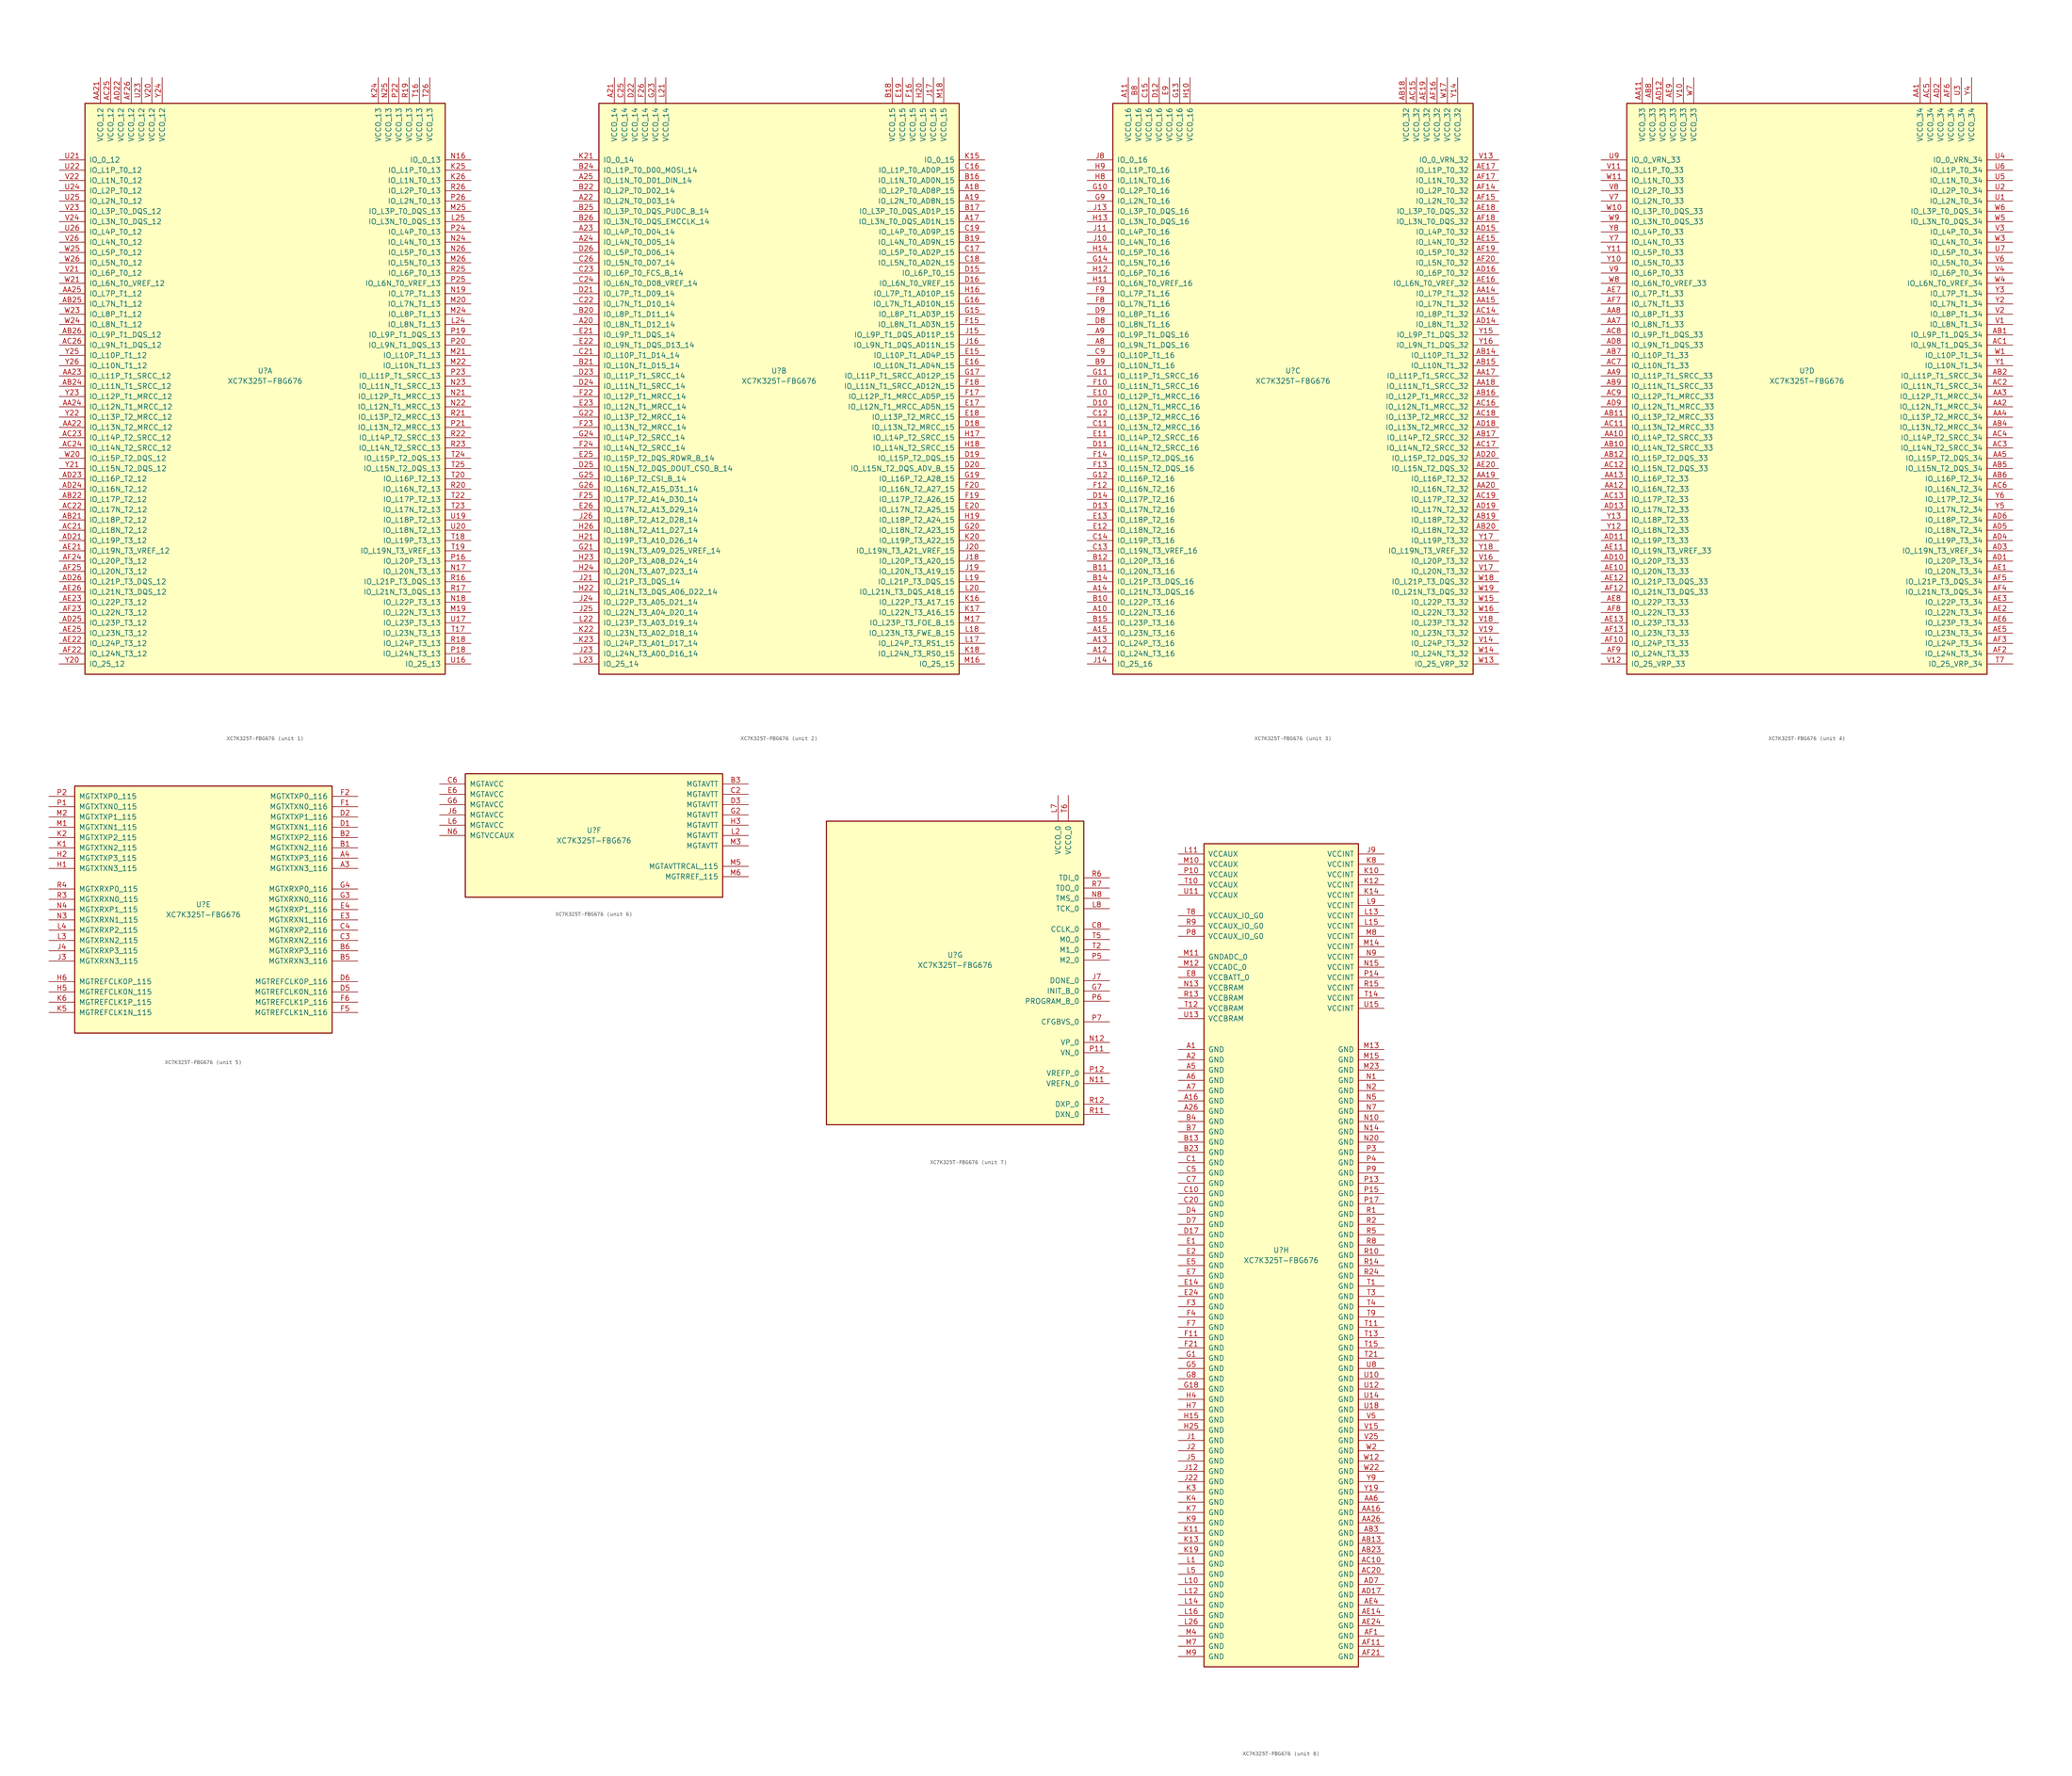
<source format=kicad_sym>
(kicad_symbol_lib
  (version 20241209)
  (generator "kicad_symbol_editor")
  (generator_version "9.0")
  (symbol "XC7K325T-FBG676"
    (pin_names
      (offset 1.016))
    (property "Reference" "U"
      (at 0 1.27 0)
      (effects (font (size 1.27 1.27))))
    (property "Value" "XC7K325T-FBG676"
      (at 0 -1.27 0)
      (effects (font (size 1.27 1.27))))
    (property "Datasheet" ""
      (at 0 0 0)
      (effects (font (size 1.27 1.27))))
    (property "ki_locked" ""
      (at 0 0 0)
      (effects (font (size 1.27 1.27))))
    (symbol "XC7K325T-FBG676_1_1"
      (rectangle (start -44.45 67.31) (end 44.45 -73.66) (stroke (width 0.254) (type default)) (fill (type background)))
      (pin bidirectional line (at -50.8 53.34 0) (length 6.35) (name "IO_0_12" (effects (font (size 1.27 1.27)))) (number "U21" (effects (font (size 1.27 1.27)))))
      (pin bidirectional line (at -50.8 50.8 0) (length 6.35) (name "IO_L1P_T0_12" (effects (font (size 1.27 1.27)))) (number "U22" (effects (font (size 1.27 1.27)))))
      (pin bidirectional line (at -50.8 48.26 0) (length 6.35) (name "IO_L1N_T0_12" (effects (font (size 1.27 1.27)))) (number "V22" (effects (font (size 1.27 1.27)))))
      (pin bidirectional line (at -50.8 45.72 0) (length 6.35) (name "IO_L2P_T0_12" (effects (font (size 1.27 1.27)))) (number "U24" (effects (font (size 1.27 1.27)))))
      (pin bidirectional line (at -50.8 43.18 0) (length 6.35) (name "IO_L2N_T0_12" (effects (font (size 1.27 1.27)))) (number "U25" (effects (font (size 1.27 1.27)))))
      (pin bidirectional line (at -50.8 40.64 0) (length 6.35) (name "IO_L3P_T0_DQS_12" (effects (font (size 1.27 1.27)))) (number "V23" (effects (font (size 1.27 1.27)))))
      (pin bidirectional line (at -50.8 38.1 0) (length 6.35) (name "IO_L3N_T0_DQS_12" (effects (font (size 1.27 1.27)))) (number "V24" (effects (font (size 1.27 1.27)))))
      (pin bidirectional line (at -50.8 35.56 0) (length 6.35) (name "IO_L4P_T0_12" (effects (font (size 1.27 1.27)))) (number "U26" (effects (font (size 1.27 1.27)))))
      (pin bidirectional line (at -50.8 33.02 0) (length 6.35) (name "IO_L4N_T0_12" (effects (font (size 1.27 1.27)))) (number "V26" (effects (font (size 1.27 1.27)))))
      (pin bidirectional line (at -50.8 30.48 0) (length 6.35) (name "IO_L5P_T0_12" (effects (font (size 1.27 1.27)))) (number "W25" (effects (font (size 1.27 1.27)))))
      (pin bidirectional line (at -50.8 27.94 0) (length 6.35) (name "IO_L5N_T0_12" (effects (font (size 1.27 1.27)))) (number "W26" (effects (font (size 1.27 1.27)))))
      (pin bidirectional line (at -50.8 25.4 0) (length 6.35) (name "IO_L6P_T0_12" (effects (font (size 1.27 1.27)))) (number "V21" (effects (font (size 1.27 1.27)))))
      (pin bidirectional line (at -50.8 22.86 0) (length 6.35) (name "IO_L6N_T0_VREF_12" (effects (font (size 1.27 1.27)))) (number "W21" (effects (font (size 1.27 1.27)))))
      (pin bidirectional line (at -50.8 20.32 0) (length 6.35) (name "IO_L7P_T1_12" (effects (font (size 1.27 1.27)))) (number "AA25" (effects (font (size 1.27 1.27)))))
      (pin bidirectional line (at -50.8 17.78 0) (length 6.35) (name "IO_L7N_T1_12" (effects (font (size 1.27 1.27)))) (number "AB25" (effects (font (size 1.27 1.27)))))
      (pin bidirectional line (at -50.8 15.24 0) (length 6.35) (name "IO_L8P_T1_12" (effects (font (size 1.27 1.27)))) (number "W23" (effects (font (size 1.27 1.27)))))
      (pin bidirectional line (at -50.8 12.7 0) (length 6.35) (name "IO_L8N_T1_12" (effects (font (size 1.27 1.27)))) (number "W24" (effects (font (size 1.27 1.27)))))
      (pin bidirectional line (at -50.8 10.16 0) (length 6.35) (name "IO_L9P_T1_DQS_12" (effects (font (size 1.27 1.27)))) (number "AB26" (effects (font (size 1.27 1.27)))))
      (pin bidirectional line (at -50.8 7.62 0) (length 6.35) (name "IO_L9N_T1_DQS_12" (effects (font (size 1.27 1.27)))) (number "AC26" (effects (font (size 1.27 1.27)))))
      (pin bidirectional line (at -50.8 5.08 0) (length 6.35) (name "IO_L10P_T1_12" (effects (font (size 1.27 1.27)))) (number "Y25" (effects (font (size 1.27 1.27)))))
      (pin bidirectional line (at -50.8 2.54 0) (length 6.35) (name "IO_L10N_T1_12" (effects (font (size 1.27 1.27)))) (number "Y26" (effects (font (size 1.27 1.27)))))
      (pin bidirectional line (at -50.8 0 0) (length 6.35) (name "IO_L11P_T1_SRCC_12" (effects (font (size 1.27 1.27)))) (number "AA23" (effects (font (size 1.27 1.27)))))
      (pin bidirectional line (at -50.8 -2.54 0) (length 6.35) (name "IO_L11N_T1_SRCC_12" (effects (font (size 1.27 1.27)))) (number "AB24" (effects (font (size 1.27 1.27)))))
      (pin bidirectional line (at -50.8 -5.08 0) (length 6.35) (name "IO_L12P_T1_MRCC_12" (effects (font (size 1.27 1.27)))) (number "Y23" (effects (font (size 1.27 1.27)))))
      (pin bidirectional line (at -50.8 -7.62 0) (length 6.35) (name "IO_L12N_T1_MRCC_12" (effects (font (size 1.27 1.27)))) (number "AA24" (effects (font (size 1.27 1.27)))))
      (pin bidirectional line (at -50.8 -10.16 0) (length 6.35) (name "IO_L13P_T2_MRCC_12" (effects (font (size 1.27 1.27)))) (number "Y22" (effects (font (size 1.27 1.27)))))
      (pin bidirectional line (at -50.8 -12.7 0) (length 6.35) (name "IO_L13N_T2_MRCC_12" (effects (font (size 1.27 1.27)))) (number "AA22" (effects (font (size 1.27 1.27)))))
      (pin bidirectional line (at -50.8 -15.24 0) (length 6.35) (name "IO_L14P_T2_SRCC_12" (effects (font (size 1.27 1.27)))) (number "AC23" (effects (font (size 1.27 1.27)))))
      (pin bidirectional line (at -50.8 -17.78 0) (length 6.35) (name "IO_L14N_T2_SRCC_12" (effects (font (size 1.27 1.27)))) (number "AC24" (effects (font (size 1.27 1.27)))))
      (pin bidirectional line (at -50.8 -20.32 0) (length 6.35) (name "IO_L15P_T2_DQS_12" (effects (font (size 1.27 1.27)))) (number "W20" (effects (font (size 1.27 1.27)))))
      (pin bidirectional line (at -50.8 -22.86 0) (length 6.35) (name "IO_L15N_T2_DQS_12" (effects (font (size 1.27 1.27)))) (number "Y21" (effects (font (size 1.27 1.27)))))
      (pin bidirectional line (at -50.8 -25.4 0) (length 6.35) (name "IO_L16P_T2_12" (effects (font (size 1.27 1.27)))) (number "AD23" (effects (font (size 1.27 1.27)))))
      (pin bidirectional line (at -50.8 -27.94 0) (length 6.35) (name "IO_L16N_T2_12" (effects (font (size 1.27 1.27)))) (number "AD24" (effects (font (size 1.27 1.27)))))
      (pin bidirectional line (at -50.8 -30.48 0) (length 6.35) (name "IO_L17P_T2_12" (effects (font (size 1.27 1.27)))) (number "AB22" (effects (font (size 1.27 1.27)))))
      (pin bidirectional line (at -50.8 -33.02 0) (length 6.35) (name "IO_L17N_T2_12" (effects (font (size 1.27 1.27)))) (number "AC22" (effects (font (size 1.27 1.27)))))
      (pin bidirectional line (at -50.8 -35.56 0) (length 6.35) (name "IO_L18P_T2_12" (effects (font (size 1.27 1.27)))) (number "AB21" (effects (font (size 1.27 1.27)))))
      (pin bidirectional line (at -50.8 -38.1 0) (length 6.35) (name "IO_L18N_T2_12" (effects (font (size 1.27 1.27)))) (number "AC21" (effects (font (size 1.27 1.27)))))
      (pin bidirectional line (at -50.8 -40.64 0) (length 6.35) (name "IO_L19P_T3_12" (effects (font (size 1.27 1.27)))) (number "AD21" (effects (font (size 1.27 1.27)))))
      (pin bidirectional line (at -50.8 -43.18 0) (length 6.35) (name "IO_L19N_T3_VREF_12" (effects (font (size 1.27 1.27)))) (number "AE21" (effects (font (size 1.27 1.27)))))
      (pin bidirectional line (at -50.8 -45.72 0) (length 6.35) (name "IO_L20P_T3_12" (effects (font (size 1.27 1.27)))) (number "AF24" (effects (font (size 1.27 1.27)))))
      (pin bidirectional line (at -50.8 -48.26 0) (length 6.35) (name "IO_L20N_T3_12" (effects (font (size 1.27 1.27)))) (number "AF25" (effects (font (size 1.27 1.27)))))
      (pin bidirectional line (at -50.8 -50.8 0) (length 6.35) (name "IO_L21P_T3_DQS_12" (effects (font (size 1.27 1.27)))) (number "AD26" (effects (font (size 1.27 1.27)))))
      (pin bidirectional line (at -50.8 -53.34 0) (length 6.35) (name "IO_L21N_T3_DQS_12" (effects (font (size 1.27 1.27)))) (number "AE26" (effects (font (size 1.27 1.27)))))
      (pin bidirectional line (at -50.8 -55.88 0) (length 6.35) (name "IO_L22P_T3_12" (effects (font (size 1.27 1.27)))) (number "AE23" (effects (font (size 1.27 1.27)))))
      (pin bidirectional line (at -50.8 -58.42 0) (length 6.35) (name "IO_L22N_T3_12" (effects (font (size 1.27 1.27)))) (number "AF23" (effects (font (size 1.27 1.27)))))
      (pin bidirectional line (at -50.8 -60.96 0) (length 6.35) (name "IO_L23P_T3_12" (effects (font (size 1.27 1.27)))) (number "AD25" (effects (font (size 1.27 1.27)))))
      (pin bidirectional line (at -50.8 -63.5 0) (length 6.35) (name "IO_L23N_T3_12" (effects (font (size 1.27 1.27)))) (number "AE25" (effects (font (size 1.27 1.27)))))
      (pin bidirectional line (at -50.8 -66.04 0) (length 6.35) (name "IO_L24P_T3_12" (effects (font (size 1.27 1.27)))) (number "AE22" (effects (font (size 1.27 1.27)))))
      (pin bidirectional line (at -50.8 -68.58 0) (length 6.35) (name "IO_L24N_T3_12" (effects (font (size 1.27 1.27)))) (number "AF22" (effects (font (size 1.27 1.27)))))
      (pin bidirectional line (at -50.8 -71.12 0) (length 6.35) (name "IO_25_12" (effects (font (size 1.27 1.27)))) (number "Y20" (effects (font (size 1.27 1.27)))))
      (pin power_in line (at -40.64 73.66 270) (length 6.35) (name "VCCO_12" (effects (font (size 1.27 1.27)))) (number "AA21" (effects (font (size 1.27 1.27)))))
      (pin power_in line (at -38.1 73.66 270) (length 6.35) (name "VCCO_12" (effects (font (size 1.27 1.27)))) (number "AC25" (effects (font (size 1.27 1.27)))))
      (pin power_in line (at -35.56 73.66 270) (length 6.35) (name "VCCO_12" (effects (font (size 1.27 1.27)))) (number "AD22" (effects (font (size 1.27 1.27)))))
      (pin power_in line (at -33.02 73.66 270) (length 6.35) (name "VCCO_12" (effects (font (size 1.27 1.27)))) (number "AF26" (effects (font (size 1.27 1.27)))))
      (pin power_in line (at -30.48 73.66 270) (length 6.35) (name "VCCO_12" (effects (font (size 1.27 1.27)))) (number "U23" (effects (font (size 1.27 1.27)))))
      (pin power_in line (at -27.94 73.66 270) (length 6.35) (name "VCCO_12" (effects (font (size 1.27 1.27)))) (number "V20" (effects (font (size 1.27 1.27)))))
      (pin power_in line (at -25.4 73.66 270) (length 6.35) (name "VCCO_12" (effects (font (size 1.27 1.27)))) (number "Y24" (effects (font (size 1.27 1.27)))))
      (pin power_in line (at 27.94 73.66 270) (length 6.35) (name "VCCO_13" (effects (font (size 1.27 1.27)))) (number "K24" (effects (font (size 1.27 1.27)))))
      (pin power_in line (at 30.48 73.66 270) (length 6.35) (name "VCCO_13" (effects (font (size 1.27 1.27)))) (number "N25" (effects (font (size 1.27 1.27)))))
      (pin power_in line (at 33.02 73.66 270) (length 6.35) (name "VCCO_13" (effects (font (size 1.27 1.27)))) (number "P22" (effects (font (size 1.27 1.27)))))
      (pin power_in line (at 35.56 73.66 270) (length 6.35) (name "VCCO_13" (effects (font (size 1.27 1.27)))) (number "R19" (effects (font (size 1.27 1.27)))))
      (pin power_in line (at 38.1 73.66 270) (length 6.35) (name "VCCO_13" (effects (font (size 1.27 1.27)))) (number "T16" (effects (font (size 1.27 1.27)))))
      (pin power_in line (at 40.64 73.66 270) (length 6.35) (name "VCCO_13" (effects (font (size 1.27 1.27)))) (number "T26" (effects (font (size 1.27 1.27)))))
      (pin bidirectional line (at 50.8 53.34 180) (length 6.35) (name "IO_0_13" (effects (font (size 1.27 1.27)))) (number "N16" (effects (font (size 1.27 1.27)))))
      (pin bidirectional line (at 50.8 50.8 180) (length 6.35) (name "IO_L1P_T0_13" (effects (font (size 1.27 1.27)))) (number "K25" (effects (font (size 1.27 1.27)))))
      (pin bidirectional line (at 50.8 48.26 180) (length 6.35) (name "IO_L1N_T0_13" (effects (font (size 1.27 1.27)))) (number "K26" (effects (font (size 1.27 1.27)))))
      (pin bidirectional line (at 50.8 45.72 180) (length 6.35) (name "IO_L2P_T0_13" (effects (font (size 1.27 1.27)))) (number "R26" (effects (font (size 1.27 1.27)))))
      (pin bidirectional line (at 50.8 43.18 180) (length 6.35) (name "IO_L2N_T0_13" (effects (font (size 1.27 1.27)))) (number "P26" (effects (font (size 1.27 1.27)))))
      (pin bidirectional line (at 50.8 40.64 180) (length 6.35) (name "IO_L3P_T0_DQS_13" (effects (font (size 1.27 1.27)))) (number "M25" (effects (font (size 1.27 1.27)))))
      (pin bidirectional line (at 50.8 38.1 180) (length 6.35) (name "IO_L3N_T0_DQS_13" (effects (font (size 1.27 1.27)))) (number "L25" (effects (font (size 1.27 1.27)))))
      (pin bidirectional line (at 50.8 35.56 180) (length 6.35) (name "IO_L4P_T0_13" (effects (font (size 1.27 1.27)))) (number "P24" (effects (font (size 1.27 1.27)))))
      (pin bidirectional line (at 50.8 33.02 180) (length 6.35) (name "IO_L4N_T0_13" (effects (font (size 1.27 1.27)))) (number "N24" (effects (font (size 1.27 1.27)))))
      (pin bidirectional line (at 50.8 30.48 180) (length 6.35) (name "IO_L5P_T0_13" (effects (font (size 1.27 1.27)))) (number "N26" (effects (font (size 1.27 1.27)))))
      (pin bidirectional line (at 50.8 27.94 180) (length 6.35) (name "IO_L5N_T0_13" (effects (font (size 1.27 1.27)))) (number "M26" (effects (font (size 1.27 1.27)))))
      (pin bidirectional line (at 50.8 25.4 180) (length 6.35) (name "IO_L6P_T0_13" (effects (font (size 1.27 1.27)))) (number "R25" (effects (font (size 1.27 1.27)))))
      (pin bidirectional line (at 50.8 22.86 180) (length 6.35) (name "IO_L6N_T0_VREF_13" (effects (font (size 1.27 1.27)))) (number "P25" (effects (font (size 1.27 1.27)))))
      (pin bidirectional line (at 50.8 20.32 180) (length 6.35) (name "IO_L7P_T1_13" (effects (font (size 1.27 1.27)))) (number "N19" (effects (font (size 1.27 1.27)))))
      (pin bidirectional line (at 50.8 17.78 180) (length 6.35) (name "IO_L7N_T1_13" (effects (font (size 1.27 1.27)))) (number "M20" (effects (font (size 1.27 1.27)))))
      (pin bidirectional line (at 50.8 15.24 180) (length 6.35) (name "IO_L8P_T1_13" (effects (font (size 1.27 1.27)))) (number "M24" (effects (font (size 1.27 1.27)))))
      (pin bidirectional line (at 50.8 12.7 180) (length 6.35) (name "IO_L8N_T1_13" (effects (font (size 1.27 1.27)))) (number "L24" (effects (font (size 1.27 1.27)))))
      (pin bidirectional line (at 50.8 10.16 180) (length 6.35) (name "IO_L9P_T1_DQS_13" (effects (font (size 1.27 1.27)))) (number "P19" (effects (font (size 1.27 1.27)))))
      (pin bidirectional line (at 50.8 7.62 180) (length 6.35) (name "IO_L9N_T1_DQS_13" (effects (font (size 1.27 1.27)))) (number "P20" (effects (font (size 1.27 1.27)))))
      (pin bidirectional line (at 50.8 5.08 180) (length 6.35) (name "IO_L10P_T1_13" (effects (font (size 1.27 1.27)))) (number "M21" (effects (font (size 1.27 1.27)))))
      (pin bidirectional line (at 50.8 2.54 180) (length 6.35) (name "IO_L10N_T1_13" (effects (font (size 1.27 1.27)))) (number "M22" (effects (font (size 1.27 1.27)))))
      (pin bidirectional line (at 50.8 0 180) (length 6.35) (name "IO_L11P_T1_SRCC_13" (effects (font (size 1.27 1.27)))) (number "P23" (effects (font (size 1.27 1.27)))))
      (pin bidirectional line (at 50.8 -2.54 180) (length 6.35) (name "IO_L11N_T1_SRCC_13" (effects (font (size 1.27 1.27)))) (number "N23" (effects (font (size 1.27 1.27)))))
      (pin bidirectional line (at 50.8 -5.08 180) (length 6.35) (name "IO_L12P_T1_MRCC_13" (effects (font (size 1.27 1.27)))) (number "N21" (effects (font (size 1.27 1.27)))))
      (pin bidirectional line (at 50.8 -7.62 180) (length 6.35) (name "IO_L12N_T1_MRCC_13" (effects (font (size 1.27 1.27)))) (number "N22" (effects (font (size 1.27 1.27)))))
      (pin bidirectional line (at 50.8 -10.16 180) (length 6.35) (name "IO_L13P_T2_MRCC_13" (effects (font (size 1.27 1.27)))) (number "R21" (effects (font (size 1.27 1.27)))))
      (pin bidirectional line (at 50.8 -12.7 180) (length 6.35) (name "IO_L13N_T2_MRCC_13" (effects (font (size 1.27 1.27)))) (number "P21" (effects (font (size 1.27 1.27)))))
      (pin bidirectional line (at 50.8 -15.24 180) (length 6.35) (name "IO_L14P_T2_SRCC_13" (effects (font (size 1.27 1.27)))) (number "R22" (effects (font (size 1.27 1.27)))))
      (pin bidirectional line (at 50.8 -17.78 180) (length 6.35) (name "IO_L14N_T2_SRCC_13" (effects (font (size 1.27 1.27)))) (number "R23" (effects (font (size 1.27 1.27)))))
      (pin bidirectional line (at 50.8 -20.32 180) (length 6.35) (name "IO_L15P_T2_DQS_13" (effects (font (size 1.27 1.27)))) (number "T24" (effects (font (size 1.27 1.27)))))
      (pin bidirectional line (at 50.8 -22.86 180) (length 6.35) (name "IO_L15N_T2_DQS_13" (effects (font (size 1.27 1.27)))) (number "T25" (effects (font (size 1.27 1.27)))))
      (pin bidirectional line (at 50.8 -25.4 180) (length 6.35) (name "IO_L16P_T2_13" (effects (font (size 1.27 1.27)))) (number "T20" (effects (font (size 1.27 1.27)))))
      (pin bidirectional line (at 50.8 -27.94 180) (length 6.35) (name "IO_L16N_T2_13" (effects (font (size 1.27 1.27)))) (number "R20" (effects (font (size 1.27 1.27)))))
      (pin bidirectional line (at 50.8 -30.48 180) (length 6.35) (name "IO_L17P_T2_13" (effects (font (size 1.27 1.27)))) (number "T22" (effects (font (size 1.27 1.27)))))
      (pin bidirectional line (at 50.8 -33.02 180) (length 6.35) (name "IO_L17N_T2_13" (effects (font (size 1.27 1.27)))) (number "T23" (effects (font (size 1.27 1.27)))))
      (pin bidirectional line (at 50.8 -35.56 180) (length 6.35) (name "IO_L18P_T2_13" (effects (font (size 1.27 1.27)))) (number "U19" (effects (font (size 1.27 1.27)))))
      (pin bidirectional line (at 50.8 -38.1 180) (length 6.35) (name "IO_L18N_T2_13" (effects (font (size 1.27 1.27)))) (number "U20" (effects (font (size 1.27 1.27)))))
      (pin bidirectional line (at 50.8 -40.64 180) (length 6.35) (name "IO_L19P_T3_13" (effects (font (size 1.27 1.27)))) (number "T18" (effects (font (size 1.27 1.27)))))
      (pin bidirectional line (at 50.8 -43.18 180) (length 6.35) (name "IO_L19N_T3_VREF_13" (effects (font (size 1.27 1.27)))) (number "T19" (effects (font (size 1.27 1.27)))))
      (pin bidirectional line (at 50.8 -45.72 180) (length 6.35) (name "IO_L20P_T3_13" (effects (font (size 1.27 1.27)))) (number "P16" (effects (font (size 1.27 1.27)))))
      (pin bidirectional line (at 50.8 -48.26 180) (length 6.35) (name "IO_L20N_T3_13" (effects (font (size 1.27 1.27)))) (number "N17" (effects (font (size 1.27 1.27)))))
      (pin bidirectional line (at 50.8 -50.8 180) (length 6.35) (name "IO_L21P_T3_DQS_13" (effects (font (size 1.27 1.27)))) (number "R16" (effects (font (size 1.27 1.27)))))
      (pin bidirectional line (at 50.8 -53.34 180) (length 6.35) (name "IO_L21N_T3_DQS_13" (effects (font (size 1.27 1.27)))) (number "R17" (effects (font (size 1.27 1.27)))))
      (pin bidirectional line (at 50.8 -55.88 180) (length 6.35) (name "IO_L22P_T3_13" (effects (font (size 1.27 1.27)))) (number "N18" (effects (font (size 1.27 1.27)))))
      (pin bidirectional line (at 50.8 -58.42 180) (length 6.35) (name "IO_L22N_T3_13" (effects (font (size 1.27 1.27)))) (number "M19" (effects (font (size 1.27 1.27)))))
      (pin bidirectional line (at 50.8 -60.96 180) (length 6.35) (name "IO_L23P_T3_13" (effects (font (size 1.27 1.27)))) (number "U17" (effects (font (size 1.27 1.27)))))
      (pin bidirectional line (at 50.8 -63.5 180) (length 6.35) (name "IO_L23N_T3_13" (effects (font (size 1.27 1.27)))) (number "T17" (effects (font (size 1.27 1.27)))))
      (pin bidirectional line (at 50.8 -66.04 180) (length 6.35) (name "IO_L24P_T3_13" (effects (font (size 1.27 1.27)))) (number "R18" (effects (font (size 1.27 1.27)))))
      (pin bidirectional line (at 50.8 -68.58 180) (length 6.35) (name "IO_L24N_T3_13" (effects (font (size 1.27 1.27)))) (number "P18" (effects (font (size 1.27 1.27)))))
      (pin bidirectional line (at 50.8 -71.12 180) (length 6.35) (name "IO_25_13" (effects (font (size 1.27 1.27)))) (number "U16" (effects (font (size 1.27 1.27))))))
    (symbol "XC7K325T-FBG676_2_1"
      (rectangle (start -44.45 67.31) (end 44.45 -73.66) (stroke (width 0.254) (type default)) (fill (type background)))
      (pin bidirectional line (at -50.8 53.34 0) (length 6.35) (name "IO_0_14" (effects (font (size 1.27 1.27)))) (number "K21" (effects (font (size 1.27 1.27)))))
      (pin bidirectional line (at -50.8 50.8 0) (length 6.35) (name "IO_L1P_T0_D00_MOSI_14" (effects (font (size 1.27 1.27)))) (number "B24" (effects (font (size 1.27 1.27)))))
      (pin bidirectional line (at -50.8 48.26 0) (length 6.35) (name "IO_L1N_T0_D01_DIN_14" (effects (font (size 1.27 1.27)))) (number "A25" (effects (font (size 1.27 1.27)))))
      (pin bidirectional line (at -50.8 45.72 0) (length 6.35) (name "IO_L2P_T0_D02_14" (effects (font (size 1.27 1.27)))) (number "B22" (effects (font (size 1.27 1.27)))))
      (pin bidirectional line (at -50.8 43.18 0) (length 6.35) (name "IO_L2N_T0_D03_14" (effects (font (size 1.27 1.27)))) (number "A22" (effects (font (size 1.27 1.27)))))
      (pin bidirectional line (at -50.8 40.64 0) (length 6.35) (name "IO_L3P_T0_DQS_PUDC_B_14" (effects (font (size 1.27 1.27)))) (number "B25" (effects (font (size 1.27 1.27)))))
      (pin bidirectional line (at -50.8 38.1 0) (length 6.35) (name "IO_L3N_T0_DQS_EMCCLK_14" (effects (font (size 1.27 1.27)))) (number "B26" (effects (font (size 1.27 1.27)))))
      (pin bidirectional line (at -50.8 35.56 0) (length 6.35) (name "IO_L4P_T0_D04_14" (effects (font (size 1.27 1.27)))) (number "A23" (effects (font (size 1.27 1.27)))))
      (pin bidirectional line (at -50.8 33.02 0) (length 6.35) (name "IO_L4N_T0_D05_14" (effects (font (size 1.27 1.27)))) (number "A24" (effects (font (size 1.27 1.27)))))
      (pin bidirectional line (at -50.8 30.48 0) (length 6.35) (name "IO_L5P_T0_D06_14" (effects (font (size 1.27 1.27)))) (number "D26" (effects (font (size 1.27 1.27)))))
      (pin bidirectional line (at -50.8 27.94 0) (length 6.35) (name "IO_L5N_T0_D07_14" (effects (font (size 1.27 1.27)))) (number "C26" (effects (font (size 1.27 1.27)))))
      (pin bidirectional line (at -50.8 25.4 0) (length 6.35) (name "IO_L6P_T0_FCS_B_14" (effects (font (size 1.27 1.27)))) (number "C23" (effects (font (size 1.27 1.27)))))
      (pin bidirectional line (at -50.8 22.86 0) (length 6.35) (name "IO_L6N_T0_D08_VREF_14" (effects (font (size 1.27 1.27)))) (number "C24" (effects (font (size 1.27 1.27)))))
      (pin bidirectional line (at -50.8 20.32 0) (length 6.35) (name "IO_L7P_T1_D09_14" (effects (font (size 1.27 1.27)))) (number "D21" (effects (font (size 1.27 1.27)))))
      (pin bidirectional line (at -50.8 17.78 0) (length 6.35) (name "IO_L7N_T1_D10_14" (effects (font (size 1.27 1.27)))) (number "C22" (effects (font (size 1.27 1.27)))))
      (pin bidirectional line (at -50.8 15.24 0) (length 6.35) (name "IO_L8P_T1_D11_14" (effects (font (size 1.27 1.27)))) (number "B20" (effects (font (size 1.27 1.27)))))
      (pin bidirectional line (at -50.8 12.7 0) (length 6.35) (name "IO_L8N_T1_D12_14" (effects (font (size 1.27 1.27)))) (number "A20" (effects (font (size 1.27 1.27)))))
      (pin bidirectional line (at -50.8 10.16 0) (length 6.35) (name "IO_L9P_T1_DQS_14" (effects (font (size 1.27 1.27)))) (number "E21" (effects (font (size 1.27 1.27)))))
      (pin bidirectional line (at -50.8 7.62 0) (length 6.35) (name "IO_L9N_T1_DQS_D13_14" (effects (font (size 1.27 1.27)))) (number "E22" (effects (font (size 1.27 1.27)))))
      (pin bidirectional line (at -50.8 5.08 0) (length 6.35) (name "IO_L10P_T1_D14_14" (effects (font (size 1.27 1.27)))) (number "C21" (effects (font (size 1.27 1.27)))))
      (pin bidirectional line (at -50.8 2.54 0) (length 6.35) (name "IO_L10N_T1_D15_14" (effects (font (size 1.27 1.27)))) (number "B21" (effects (font (size 1.27 1.27)))))
      (pin bidirectional line (at -50.8 0 0) (length 6.35) (name "IO_L11P_T1_SRCC_14" (effects (font (size 1.27 1.27)))) (number "D23" (effects (font (size 1.27 1.27)))))
      (pin bidirectional line (at -50.8 -2.54 0) (length 6.35) (name "IO_L11N_T1_SRCC_14" (effects (font (size 1.27 1.27)))) (number "D24" (effects (font (size 1.27 1.27)))))
      (pin bidirectional line (at -50.8 -5.08 0) (length 6.35) (name "IO_L12P_T1_MRCC_14" (effects (font (size 1.27 1.27)))) (number "F22" (effects (font (size 1.27 1.27)))))
      (pin bidirectional line (at -50.8 -7.62 0) (length 6.35) (name "IO_L12N_T1_MRCC_14" (effects (font (size 1.27 1.27)))) (number "E23" (effects (font (size 1.27 1.27)))))
      (pin bidirectional line (at -50.8 -10.16 0) (length 6.35) (name "IO_L13P_T2_MRCC_14" (effects (font (size 1.27 1.27)))) (number "G22" (effects (font (size 1.27 1.27)))))
      (pin bidirectional line (at -50.8 -12.7 0) (length 6.35) (name "IO_L13N_T2_MRCC_14" (effects (font (size 1.27 1.27)))) (number "F23" (effects (font (size 1.27 1.27)))))
      (pin bidirectional line (at -50.8 -15.24 0) (length 6.35) (name "IO_L14P_T2_SRCC_14" (effects (font (size 1.27 1.27)))) (number "G24" (effects (font (size 1.27 1.27)))))
      (pin bidirectional line (at -50.8 -17.78 0) (length 6.35) (name "IO_L14N_T2_SRCC_14" (effects (font (size 1.27 1.27)))) (number "F24" (effects (font (size 1.27 1.27)))))
      (pin bidirectional line (at -50.8 -20.32 0) (length 6.35) (name "IO_L15P_T2_DQS_RDWR_B_14" (effects (font (size 1.27 1.27)))) (number "E25" (effects (font (size 1.27 1.27)))))
      (pin bidirectional line (at -50.8 -22.86 0) (length 6.35) (name "IO_L15N_T2_DQS_DOUT_CSO_B_14" (effects (font (size 1.27 1.27)))) (number "D25" (effects (font (size 1.27 1.27)))))
      (pin bidirectional line (at -50.8 -25.4 0) (length 6.35) (name "IO_L16P_T2_CSI_B_14" (effects (font (size 1.27 1.27)))) (number "G25" (effects (font (size 1.27 1.27)))))
      (pin bidirectional line (at -50.8 -27.94 0) (length 6.35) (name "IO_L16N_T2_A15_D31_14" (effects (font (size 1.27 1.27)))) (number "G26" (effects (font (size 1.27 1.27)))))
      (pin bidirectional line (at -50.8 -30.48 0) (length 6.35) (name "IO_L17P_T2_A14_D30_14" (effects (font (size 1.27 1.27)))) (number "F25" (effects (font (size 1.27 1.27)))))
      (pin bidirectional line (at -50.8 -33.02 0) (length 6.35) (name "IO_L17N_T2_A13_D29_14" (effects (font (size 1.27 1.27)))) (number "E26" (effects (font (size 1.27 1.27)))))
      (pin bidirectional line (at -50.8 -35.56 0) (length 6.35) (name "IO_L18P_T2_A12_D28_14" (effects (font (size 1.27 1.27)))) (number "J26" (effects (font (size 1.27 1.27)))))
      (pin bidirectional line (at -50.8 -38.1 0) (length 6.35) (name "IO_L18N_T2_A11_D27_14" (effects (font (size 1.27 1.27)))) (number "H26" (effects (font (size 1.27 1.27)))))
      (pin bidirectional line (at -50.8 -40.64 0) (length 6.35) (name "IO_L19P_T3_A10_D26_14" (effects (font (size 1.27 1.27)))) (number "H21" (effects (font (size 1.27 1.27)))))
      (pin bidirectional line (at -50.8 -43.18 0) (length 6.35) (name "IO_L19N_T3_A09_D25_VREF_14" (effects (font (size 1.27 1.27)))) (number "G21" (effects (font (size 1.27 1.27)))))
      (pin bidirectional line (at -50.8 -45.72 0) (length 6.35) (name "IO_L20P_T3_A08_D24_14" (effects (font (size 1.27 1.27)))) (number "H23" (effects (font (size 1.27 1.27)))))
      (pin bidirectional line (at -50.8 -48.26 0) (length 6.35) (name "IO_L20N_T3_A07_D23_14" (effects (font (size 1.27 1.27)))) (number "H24" (effects (font (size 1.27 1.27)))))
      (pin bidirectional line (at -50.8 -50.8 0) (length 6.35) (name "IO_L21P_T3_DQS_14" (effects (font (size 1.27 1.27)))) (number "J21" (effects (font (size 1.27 1.27)))))
      (pin bidirectional line (at -50.8 -53.34 0) (length 6.35) (name "IO_L21N_T3_DQS_A06_D22_14" (effects (font (size 1.27 1.27)))) (number "H22" (effects (font (size 1.27 1.27)))))
      (pin bidirectional line (at -50.8 -55.88 0) (length 6.35) (name "IO_L22P_T3_A05_D21_14" (effects (font (size 1.27 1.27)))) (number "J24" (effects (font (size 1.27 1.27)))))
      (pin bidirectional line (at -50.8 -58.42 0) (length 6.35) (name "IO_L22N_T3_A04_D20_14" (effects (font (size 1.27 1.27)))) (number "J25" (effects (font (size 1.27 1.27)))))
      (pin bidirectional line (at -50.8 -60.96 0) (length 6.35) (name "IO_L23P_T3_A03_D19_14" (effects (font (size 1.27 1.27)))) (number "L22" (effects (font (size 1.27 1.27)))))
      (pin bidirectional line (at -50.8 -63.5 0) (length 6.35) (name "IO_L23N_T3_A02_D18_14" (effects (font (size 1.27 1.27)))) (number "K22" (effects (font (size 1.27 1.27)))))
      (pin bidirectional line (at -50.8 -66.04 0) (length 6.35) (name "IO_L24P_T3_A01_D17_14" (effects (font (size 1.27 1.27)))) (number "K23" (effects (font (size 1.27 1.27)))))
      (pin bidirectional line (at -50.8 -68.58 0) (length 6.35) (name "IO_L24N_T3_A00_D16_14" (effects (font (size 1.27 1.27)))) (number "J23" (effects (font (size 1.27 1.27)))))
      (pin bidirectional line (at -50.8 -71.12 0) (length 6.35) (name "IO_25_14" (effects (font (size 1.27 1.27)))) (number "L23" (effects (font (size 1.27 1.27)))))
      (pin power_in line (at -40.64 73.66 270) (length 6.35) (name "VCCO_14" (effects (font (size 1.27 1.27)))) (number "A21" (effects (font (size 1.27 1.27)))))
      (pin power_in line (at -38.1 73.66 270) (length 6.35) (name "VCCO_14" (effects (font (size 1.27 1.27)))) (number "C25" (effects (font (size 1.27 1.27)))))
      (pin power_in line (at -35.56 73.66 270) (length 6.35) (name "VCCO_14" (effects (font (size 1.27 1.27)))) (number "D22" (effects (font (size 1.27 1.27)))))
      (pin power_in line (at -33.02 73.66 270) (length 6.35) (name "VCCO_14" (effects (font (size 1.27 1.27)))) (number "F26" (effects (font (size 1.27 1.27)))))
      (pin power_in line (at -30.48 73.66 270) (length 6.35) (name "VCCO_14" (effects (font (size 1.27 1.27)))) (number "G23" (effects (font (size 1.27 1.27)))))
      (pin power_in line (at -27.94 73.66 270) (length 6.35) (name "VCCO_14" (effects (font (size 1.27 1.27)))) (number "L21" (effects (font (size 1.27 1.27)))))
      (pin power_in line (at 27.94 73.66 270) (length 6.35) (name "VCCO_15" (effects (font (size 1.27 1.27)))) (number "B18" (effects (font (size 1.27 1.27)))))
      (pin power_in line (at 30.48 73.66 270) (length 6.35) (name "VCCO_15" (effects (font (size 1.27 1.27)))) (number "E19" (effects (font (size 1.27 1.27)))))
      (pin power_in line (at 33.02 73.66 270) (length 6.35) (name "VCCO_15" (effects (font (size 1.27 1.27)))) (number "F16" (effects (font (size 1.27 1.27)))))
      (pin power_in line (at 35.56 73.66 270) (length 6.35) (name "VCCO_15" (effects (font (size 1.27 1.27)))) (number "H20" (effects (font (size 1.27 1.27)))))
      (pin power_in line (at 38.1 73.66 270) (length 6.35) (name "VCCO_15" (effects (font (size 1.27 1.27)))) (number "J17" (effects (font (size 1.27 1.27)))))
      (pin power_in line (at 40.64 73.66 270) (length 6.35) (name "VCCO_15" (effects (font (size 1.27 1.27)))) (number "M18" (effects (font (size 1.27 1.27)))))
      (pin bidirectional line (at 50.8 53.34 180) (length 6.35) (name "IO_0_15" (effects (font (size 1.27 1.27)))) (number "K15" (effects (font (size 1.27 1.27)))))
      (pin bidirectional line (at 50.8 50.8 180) (length 6.35) (name "IO_L1P_T0_AD0P_15" (effects (font (size 1.27 1.27)))) (number "C16" (effects (font (size 1.27 1.27)))))
      (pin bidirectional line (at 50.8 48.26 180) (length 6.35) (name "IO_L1N_T0_AD0N_15" (effects (font (size 1.27 1.27)))) (number "B16" (effects (font (size 1.27 1.27)))))
      (pin bidirectional line (at 50.8 45.72 180) (length 6.35) (name "IO_L2P_T0_AD8P_15" (effects (font (size 1.27 1.27)))) (number "A18" (effects (font (size 1.27 1.27)))))
      (pin bidirectional line (at 50.8 43.18 180) (length 6.35) (name "IO_L2N_T0_AD8N_15" (effects (font (size 1.27 1.27)))) (number "A19" (effects (font (size 1.27 1.27)))))
      (pin bidirectional line (at 50.8 40.64 180) (length 6.35) (name "IO_L3P_T0_DQS_AD1P_15" (effects (font (size 1.27 1.27)))) (number "B17" (effects (font (size 1.27 1.27)))))
      (pin bidirectional line (at 50.8 38.1 180) (length 6.35) (name "IO_L3N_T0_DQS_AD1N_15" (effects (font (size 1.27 1.27)))) (number "A17" (effects (font (size 1.27 1.27)))))
      (pin bidirectional line (at 50.8 35.56 180) (length 6.35) (name "IO_L4P_T0_AD9P_15" (effects (font (size 1.27 1.27)))) (number "C19" (effects (font (size 1.27 1.27)))))
      (pin bidirectional line (at 50.8 33.02 180) (length 6.35) (name "IO_L4N_T0_AD9N_15" (effects (font (size 1.27 1.27)))) (number "B19" (effects (font (size 1.27 1.27)))))
      (pin bidirectional line (at 50.8 30.48 180) (length 6.35) (name "IO_L5P_T0_AD2P_15" (effects (font (size 1.27 1.27)))) (number "C17" (effects (font (size 1.27 1.27)))))
      (pin bidirectional line (at 50.8 27.94 180) (length 6.35) (name "IO_L5N_T0_AD2N_15" (effects (font (size 1.27 1.27)))) (number "C18" (effects (font (size 1.27 1.27)))))
      (pin bidirectional line (at 50.8 25.4 180) (length 6.35) (name "IO_L6P_T0_15" (effects (font (size 1.27 1.27)))) (number "D15" (effects (font (size 1.27 1.27)))))
      (pin bidirectional line (at 50.8 22.86 180) (length 6.35) (name "IO_L6N_T0_VREF_15" (effects (font (size 1.27 1.27)))) (number "D16" (effects (font (size 1.27 1.27)))))
      (pin bidirectional line (at 50.8 20.32 180) (length 6.35) (name "IO_L7P_T1_AD10P_15" (effects (font (size 1.27 1.27)))) (number "H16" (effects (font (size 1.27 1.27)))))
      (pin bidirectional line (at 50.8 17.78 180) (length 6.35) (name "IO_L7N_T1_AD10N_15" (effects (font (size 1.27 1.27)))) (number "G16" (effects (font (size 1.27 1.27)))))
      (pin bidirectional line (at 50.8 15.24 180) (length 6.35) (name "IO_L8P_T1_AD3P_15" (effects (font (size 1.27 1.27)))) (number "G15" (effects (font (size 1.27 1.27)))))
      (pin bidirectional line (at 50.8 12.7 180) (length 6.35) (name "IO_L8N_T1_AD3N_15" (effects (font (size 1.27 1.27)))) (number "F15" (effects (font (size 1.27 1.27)))))
      (pin bidirectional line (at 50.8 10.16 180) (length 6.35) (name "IO_L9P_T1_DQS_AD11P_15" (effects (font (size 1.27 1.27)))) (number "J15" (effects (font (size 1.27 1.27)))))
      (pin bidirectional line (at 50.8 7.62 180) (length 6.35) (name "IO_L9N_T1_DQS_AD11N_15" (effects (font (size 1.27 1.27)))) (number "J16" (effects (font (size 1.27 1.27)))))
      (pin bidirectional line (at 50.8 5.08 180) (length 6.35) (name "IO_L10P_T1_AD4P_15" (effects (font (size 1.27 1.27)))) (number "E15" (effects (font (size 1.27 1.27)))))
      (pin bidirectional line (at 50.8 2.54 180) (length 6.35) (name "IO_L10N_T1_AD4N_15" (effects (font (size 1.27 1.27)))) (number "E16" (effects (font (size 1.27 1.27)))))
      (pin bidirectional line (at 50.8 0 180) (length 6.35) (name "IO_L11P_T1_SRCC_AD12P_15" (effects (font (size 1.27 1.27)))) (number "G17" (effects (font (size 1.27 1.27)))))
      (pin bidirectional line (at 50.8 -2.54 180) (length 6.35) (name "IO_L11N_T1_SRCC_AD12N_15" (effects (font (size 1.27 1.27)))) (number "F18" (effects (font (size 1.27 1.27)))))
      (pin bidirectional line (at 50.8 -5.08 180) (length 6.35) (name "IO_L12P_T1_MRCC_AD5P_15" (effects (font (size 1.27 1.27)))) (number "F17" (effects (font (size 1.27 1.27)))))
      (pin bidirectional line (at 50.8 -7.62 180) (length 6.35) (name "IO_L12N_T1_MRCC_AD5N_15" (effects (font (size 1.27 1.27)))) (number "E17" (effects (font (size 1.27 1.27)))))
      (pin bidirectional line (at 50.8 -10.16 180) (length 6.35) (name "IO_L13P_T2_MRCC_15" (effects (font (size 1.27 1.27)))) (number "E18" (effects (font (size 1.27 1.27)))))
      (pin bidirectional line (at 50.8 -12.7 180) (length 6.35) (name "IO_L13N_T2_MRCC_15" (effects (font (size 1.27 1.27)))) (number "D18" (effects (font (size 1.27 1.27)))))
      (pin bidirectional line (at 50.8 -15.24 180) (length 6.35) (name "IO_L14P_T2_SRCC_15" (effects (font (size 1.27 1.27)))) (number "H17" (effects (font (size 1.27 1.27)))))
      (pin bidirectional line (at 50.8 -17.78 180) (length 6.35) (name "IO_L14N_T2_SRCC_15" (effects (font (size 1.27 1.27)))) (number "H18" (effects (font (size 1.27 1.27)))))
      (pin bidirectional line (at 50.8 -20.32 180) (length 6.35) (name "IO_L15P_T2_DQS_15" (effects (font (size 1.27 1.27)))) (number "D19" (effects (font (size 1.27 1.27)))))
      (pin bidirectional line (at 50.8 -22.86 180) (length 6.35) (name "IO_L15N_T2_DQS_ADV_B_15" (effects (font (size 1.27 1.27)))) (number "D20" (effects (font (size 1.27 1.27)))))
      (pin bidirectional line (at 50.8 -25.4 180) (length 6.35) (name "IO_L16P_T2_A28_15" (effects (font (size 1.27 1.27)))) (number "G19" (effects (font (size 1.27 1.27)))))
      (pin bidirectional line (at 50.8 -27.94 180) (length 6.35) (name "IO_L16N_T2_A27_15" (effects (font (size 1.27 1.27)))) (number "F20" (effects (font (size 1.27 1.27)))))
      (pin bidirectional line (at 50.8 -30.48 180) (length 6.35) (name "IO_L17P_T2_A26_15" (effects (font (size 1.27 1.27)))) (number "F19" (effects (font (size 1.27 1.27)))))
      (pin bidirectional line (at 50.8 -33.02 180) (length 6.35) (name "IO_L17N_T2_A25_15" (effects (font (size 1.27 1.27)))) (number "E20" (effects (font (size 1.27 1.27)))))
      (pin bidirectional line (at 50.8 -35.56 180) (length 6.35) (name "IO_L18P_T2_A24_15" (effects (font (size 1.27 1.27)))) (number "H19" (effects (font (size 1.27 1.27)))))
      (pin bidirectional line (at 50.8 -38.1 180) (length 6.35) (name "IO_L18N_T2_A23_15" (effects (font (size 1.27 1.27)))) (number "G20" (effects (font (size 1.27 1.27)))))
      (pin bidirectional line (at 50.8 -40.64 180) (length 6.35) (name "IO_L19P_T3_A22_15" (effects (font (size 1.27 1.27)))) (number "K20" (effects (font (size 1.27 1.27)))))
      (pin bidirectional line (at 50.8 -43.18 180) (length 6.35) (name "IO_L19N_T3_A21_VREF_15" (effects (font (size 1.27 1.27)))) (number "J20" (effects (font (size 1.27 1.27)))))
      (pin bidirectional line (at 50.8 -45.72 180) (length 6.35) (name "IO_L20P_T3_A20_15" (effects (font (size 1.27 1.27)))) (number "J18" (effects (font (size 1.27 1.27)))))
      (pin bidirectional line (at 50.8 -48.26 180) (length 6.35) (name "IO_L20N_T3_A19_15" (effects (font (size 1.27 1.27)))) (number "J19" (effects (font (size 1.27 1.27)))))
      (pin bidirectional line (at 50.8 -50.8 180) (length 6.35) (name "IO_L21P_T3_DQS_15" (effects (font (size 1.27 1.27)))) (number "L19" (effects (font (size 1.27 1.27)))))
      (pin bidirectional line (at 50.8 -53.34 180) (length 6.35) (name "IO_L21N_T3_DQS_A18_15" (effects (font (size 1.27 1.27)))) (number "L20" (effects (font (size 1.27 1.27)))))
      (pin bidirectional line (at 50.8 -55.88 180) (length 6.35) (name "IO_L22P_T3_A17_15" (effects (font (size 1.27 1.27)))) (number "K16" (effects (font (size 1.27 1.27)))))
      (pin bidirectional line (at 50.8 -58.42 180) (length 6.35) (name "IO_L22N_T3_A16_15" (effects (font (size 1.27 1.27)))) (number "K17" (effects (font (size 1.27 1.27)))))
      (pin bidirectional line (at 50.8 -60.96 180) (length 6.35) (name "IO_L23P_T3_FOE_B_15" (effects (font (size 1.27 1.27)))) (number "M17" (effects (font (size 1.27 1.27)))))
      (pin bidirectional line (at 50.8 -63.5 180) (length 6.35) (name "IO_L23N_T3_FWE_B_15" (effects (font (size 1.27 1.27)))) (number "L18" (effects (font (size 1.27 1.27)))))
      (pin bidirectional line (at 50.8 -66.04 180) (length 6.35) (name "IO_L24P_T3_RS1_15" (effects (font (size 1.27 1.27)))) (number "L17" (effects (font (size 1.27 1.27)))))
      (pin bidirectional line (at 50.8 -68.58 180) (length 6.35) (name "IO_L24N_T3_RS0_15" (effects (font (size 1.27 1.27)))) (number "K18" (effects (font (size 1.27 1.27)))))
      (pin bidirectional line (at 50.8 -71.12 180) (length 6.35) (name "IO_25_15" (effects (font (size 1.27 1.27)))) (number "M16" (effects (font (size 1.27 1.27))))))
    (symbol "XC7K325T-FBG676_3_1"
      (rectangle (start -44.45 67.31) (end 44.45 -73.66) (stroke (width 0.254) (type default)) (fill (type background)))
      (pin bidirectional line (at -50.8 53.34 0) (length 6.35) (name "IO_0_16" (effects (font (size 1.27 1.27)))) (number "J8" (effects (font (size 1.27 1.27)))))
      (pin bidirectional line (at -50.8 50.8 0) (length 6.35) (name "IO_L1P_T0_16" (effects (font (size 1.27 1.27)))) (number "H9" (effects (font (size 1.27 1.27)))))
      (pin bidirectional line (at -50.8 48.26 0) (length 6.35) (name "IO_L1N_T0_16" (effects (font (size 1.27 1.27)))) (number "H8" (effects (font (size 1.27 1.27)))))
      (pin bidirectional line (at -50.8 45.72 0) (length 6.35) (name "IO_L2P_T0_16" (effects (font (size 1.27 1.27)))) (number "G10" (effects (font (size 1.27 1.27)))))
      (pin bidirectional line (at -50.8 43.18 0) (length 6.35) (name "IO_L2N_T0_16" (effects (font (size 1.27 1.27)))) (number "G9" (effects (font (size 1.27 1.27)))))
      (pin bidirectional line (at -50.8 40.64 0) (length 6.35) (name "IO_L3P_T0_DQS_16" (effects (font (size 1.27 1.27)))) (number "J13" (effects (font (size 1.27 1.27)))))
      (pin bidirectional line (at -50.8 38.1 0) (length 6.35) (name "IO_L3N_T0_DQS_16" (effects (font (size 1.27 1.27)))) (number "H13" (effects (font (size 1.27 1.27)))))
      (pin bidirectional line (at -50.8 35.56 0) (length 6.35) (name "IO_L4P_T0_16" (effects (font (size 1.27 1.27)))) (number "J11" (effects (font (size 1.27 1.27)))))
      (pin bidirectional line (at -50.8 33.02 0) (length 6.35) (name "IO_L4N_T0_16" (effects (font (size 1.27 1.27)))) (number "J10" (effects (font (size 1.27 1.27)))))
      (pin bidirectional line (at -50.8 30.48 0) (length 6.35) (name "IO_L5P_T0_16" (effects (font (size 1.27 1.27)))) (number "H14" (effects (font (size 1.27 1.27)))))
      (pin bidirectional line (at -50.8 27.94 0) (length 6.35) (name "IO_L5N_T0_16" (effects (font (size 1.27 1.27)))) (number "G14" (effects (font (size 1.27 1.27)))))
      (pin bidirectional line (at -50.8 25.4 0) (length 6.35) (name "IO_L6P_T0_16" (effects (font (size 1.27 1.27)))) (number "H12" (effects (font (size 1.27 1.27)))))
      (pin bidirectional line (at -50.8 22.86 0) (length 6.35) (name "IO_L6N_T0_VREF_16" (effects (font (size 1.27 1.27)))) (number "H11" (effects (font (size 1.27 1.27)))))
      (pin bidirectional line (at -50.8 20.32 0) (length 6.35) (name "IO_L7P_T1_16" (effects (font (size 1.27 1.27)))) (number "F9" (effects (font (size 1.27 1.27)))))
      (pin bidirectional line (at -50.8 17.78 0) (length 6.35) (name "IO_L7N_T1_16" (effects (font (size 1.27 1.27)))) (number "F8" (effects (font (size 1.27 1.27)))))
      (pin bidirectional line (at -50.8 15.24 0) (length 6.35) (name "IO_L8P_T1_16" (effects (font (size 1.27 1.27)))) (number "D9" (effects (font (size 1.27 1.27)))))
      (pin bidirectional line (at -50.8 12.7 0) (length 6.35) (name "IO_L8N_T1_16" (effects (font (size 1.27 1.27)))) (number "D8" (effects (font (size 1.27 1.27)))))
      (pin bidirectional line (at -50.8 10.16 0) (length 6.35) (name "IO_L9P_T1_DQS_16" (effects (font (size 1.27 1.27)))) (number "A9" (effects (font (size 1.27 1.27)))))
      (pin bidirectional line (at -50.8 7.62 0) (length 6.35) (name "IO_L9N_T1_DQS_16" (effects (font (size 1.27 1.27)))) (number "A8" (effects (font (size 1.27 1.27)))))
      (pin bidirectional line (at -50.8 5.08 0) (length 6.35) (name "IO_L10P_T1_16" (effects (font (size 1.27 1.27)))) (number "C9" (effects (font (size 1.27 1.27)))))
      (pin bidirectional line (at -50.8 2.54 0) (length 6.35) (name "IO_L10N_T1_16" (effects (font (size 1.27 1.27)))) (number "B9" (effects (font (size 1.27 1.27)))))
      (pin bidirectional line (at -50.8 0 0) (length 6.35) (name "IO_L11P_T1_SRCC_16" (effects (font (size 1.27 1.27)))) (number "G11" (effects (font (size 1.27 1.27)))))
      (pin bidirectional line (at -50.8 -2.54 0) (length 6.35) (name "IO_L11N_T1_SRCC_16" (effects (font (size 1.27 1.27)))) (number "F10" (effects (font (size 1.27 1.27)))))
      (pin bidirectional line (at -50.8 -5.08 0) (length 6.35) (name "IO_L12P_T1_MRCC_16" (effects (font (size 1.27 1.27)))) (number "E10" (effects (font (size 1.27 1.27)))))
      (pin bidirectional line (at -50.8 -7.62 0) (length 6.35) (name "IO_L12N_T1_MRCC_16" (effects (font (size 1.27 1.27)))) (number "D10" (effects (font (size 1.27 1.27)))))
      (pin bidirectional line (at -50.8 -10.16 0) (length 6.35) (name "IO_L13P_T2_MRCC_16" (effects (font (size 1.27 1.27)))) (number "C12" (effects (font (size 1.27 1.27)))))
      (pin bidirectional line (at -50.8 -12.7 0) (length 6.35) (name "IO_L13N_T2_MRCC_16" (effects (font (size 1.27 1.27)))) (number "C11" (effects (font (size 1.27 1.27)))))
      (pin bidirectional line (at -50.8 -15.24 0) (length 6.35) (name "IO_L14P_T2_SRCC_16" (effects (font (size 1.27 1.27)))) (number "E11" (effects (font (size 1.27 1.27)))))
      (pin bidirectional line (at -50.8 -17.78 0) (length 6.35) (name "IO_L14N_T2_SRCC_16" (effects (font (size 1.27 1.27)))) (number "D11" (effects (font (size 1.27 1.27)))))
      (pin bidirectional line (at -50.8 -20.32 0) (length 6.35) (name "IO_L15P_T2_DQS_16" (effects (font (size 1.27 1.27)))) (number "F14" (effects (font (size 1.27 1.27)))))
      (pin bidirectional line (at -50.8 -22.86 0) (length 6.35) (name "IO_L15N_T2_DQS_16" (effects (font (size 1.27 1.27)))) (number "F13" (effects (font (size 1.27 1.27)))))
      (pin bidirectional line (at -50.8 -25.4 0) (length 6.35) (name "IO_L16P_T2_16" (effects (font (size 1.27 1.27)))) (number "G12" (effects (font (size 1.27 1.27)))))
      (pin bidirectional line (at -50.8 -27.94 0) (length 6.35) (name "IO_L16N_T2_16" (effects (font (size 1.27 1.27)))) (number "F12" (effects (font (size 1.27 1.27)))))
      (pin bidirectional line (at -50.8 -30.48 0) (length 6.35) (name "IO_L17P_T2_16" (effects (font (size 1.27 1.27)))) (number "D14" (effects (font (size 1.27 1.27)))))
      (pin bidirectional line (at -50.8 -33.02 0) (length 6.35) (name "IO_L17N_T2_16" (effects (font (size 1.27 1.27)))) (number "D13" (effects (font (size 1.27 1.27)))))
      (pin bidirectional line (at -50.8 -35.56 0) (length 6.35) (name "IO_L18P_T2_16" (effects (font (size 1.27 1.27)))) (number "E13" (effects (font (size 1.27 1.27)))))
      (pin bidirectional line (at -50.8 -38.1 0) (length 6.35) (name "IO_L18N_T2_16" (effects (font (size 1.27 1.27)))) (number "E12" (effects (font (size 1.27 1.27)))))
      (pin bidirectional line (at -50.8 -40.64 0) (length 6.35) (name "IO_L19P_T3_16" (effects (font (size 1.27 1.27)))) (number "C14" (effects (font (size 1.27 1.27)))))
      (pin bidirectional line (at -50.8 -43.18 0) (length 6.35) (name "IO_L19N_T3_VREF_16" (effects (font (size 1.27 1.27)))) (number "C13" (effects (font (size 1.27 1.27)))))
      (pin bidirectional line (at -50.8 -45.72 0) (length 6.35) (name "IO_L20P_T3_16" (effects (font (size 1.27 1.27)))) (number "B12" (effects (font (size 1.27 1.27)))))
      (pin bidirectional line (at -50.8 -48.26 0) (length 6.35) (name "IO_L20N_T3_16" (effects (font (size 1.27 1.27)))) (number "B11" (effects (font (size 1.27 1.27)))))
      (pin bidirectional line (at -50.8 -50.8 0) (length 6.35) (name "IO_L21P_T3_DQS_16" (effects (font (size 1.27 1.27)))) (number "B14" (effects (font (size 1.27 1.27)))))
      (pin bidirectional line (at -50.8 -53.34 0) (length 6.35) (name "IO_L21N_T3_DQS_16" (effects (font (size 1.27 1.27)))) (number "A14" (effects (font (size 1.27 1.27)))))
      (pin bidirectional line (at -50.8 -55.88 0) (length 6.35) (name "IO_L22P_T3_16" (effects (font (size 1.27 1.27)))) (number "B10" (effects (font (size 1.27 1.27)))))
      (pin bidirectional line (at -50.8 -58.42 0) (length 6.35) (name "IO_L22N_T3_16" (effects (font (size 1.27 1.27)))) (number "A10" (effects (font (size 1.27 1.27)))))
      (pin bidirectional line (at -50.8 -60.96 0) (length 6.35) (name "IO_L23P_T3_16" (effects (font (size 1.27 1.27)))) (number "B15" (effects (font (size 1.27 1.27)))))
      (pin bidirectional line (at -50.8 -63.5 0) (length 6.35) (name "IO_L23N_T3_16" (effects (font (size 1.27 1.27)))) (number "A15" (effects (font (size 1.27 1.27)))))
      (pin bidirectional line (at -50.8 -66.04 0) (length 6.35) (name "IO_L24P_T3_16" (effects (font (size 1.27 1.27)))) (number "A13" (effects (font (size 1.27 1.27)))))
      (pin bidirectional line (at -50.8 -68.58 0) (length 6.35) (name "IO_L24N_T3_16" (effects (font (size 1.27 1.27)))) (number "A12" (effects (font (size 1.27 1.27)))))
      (pin bidirectional line (at -50.8 -71.12 0) (length 6.35) (name "IO_25_16" (effects (font (size 1.27 1.27)))) (number "J14" (effects (font (size 1.27 1.27)))))
      (pin power_in line (at -40.64 73.66 270) (length 6.35) (name "VCCO_16" (effects (font (size 1.27 1.27)))) (number "A11" (effects (font (size 1.27 1.27)))))
      (pin power_in line (at -38.1 73.66 270) (length 6.35) (name "VCCO_16" (effects (font (size 1.27 1.27)))) (number "B8" (effects (font (size 1.27 1.27)))))
      (pin power_in line (at -35.56 73.66 270) (length 6.35) (name "VCCO_16" (effects (font (size 1.27 1.27)))) (number "C15" (effects (font (size 1.27 1.27)))))
      (pin power_in line (at -33.02 73.66 270) (length 6.35) (name "VCCO_16" (effects (font (size 1.27 1.27)))) (number "D12" (effects (font (size 1.27 1.27)))))
      (pin power_in line (at -30.48 73.66 270) (length 6.35) (name "VCCO_16" (effects (font (size 1.27 1.27)))) (number "E9" (effects (font (size 1.27 1.27)))))
      (pin power_in line (at -27.94 73.66 270) (length 6.35) (name "VCCO_16" (effects (font (size 1.27 1.27)))) (number "G13" (effects (font (size 1.27 1.27)))))
      (pin power_in line (at -25.4 73.66 270) (length 6.35) (name "VCCO_16" (effects (font (size 1.27 1.27)))) (number "H10" (effects (font (size 1.27 1.27)))))
      (pin power_in line (at 27.94 73.66 270) (length 6.35) (name "VCCO_32" (effects (font (size 1.27 1.27)))) (number "AB18" (effects (font (size 1.27 1.27)))))
      (pin power_in line (at 30.48 73.66 270) (length 6.35) (name "VCCO_32" (effects (font (size 1.27 1.27)))) (number "AC15" (effects (font (size 1.27 1.27)))))
      (pin power_in line (at 33.02 73.66 270) (length 6.35) (name "VCCO_32" (effects (font (size 1.27 1.27)))) (number "AE19" (effects (font (size 1.27 1.27)))))
      (pin power_in line (at 35.56 73.66 270) (length 6.35) (name "VCCO_32" (effects (font (size 1.27 1.27)))) (number "AF16" (effects (font (size 1.27 1.27)))))
      (pin power_in line (at 38.1 73.66 270) (length 6.35) (name "VCCO_32" (effects (font (size 1.27 1.27)))) (number "W17" (effects (font (size 1.27 1.27)))))
      (pin power_in line (at 40.64 73.66 270) (length 6.35) (name "VCCO_32" (effects (font (size 1.27 1.27)))) (number "Y14" (effects (font (size 1.27 1.27)))))
      (pin bidirectional line (at 50.8 53.34 180) (length 6.35) (name "IO_0_VRN_32" (effects (font (size 1.27 1.27)))) (number "V13" (effects (font (size 1.27 1.27)))))
      (pin bidirectional line (at 50.8 50.8 180) (length 6.35) (name "IO_L1P_T0_32" (effects (font (size 1.27 1.27)))) (number "AE17" (effects (font (size 1.27 1.27)))))
      (pin bidirectional line (at 50.8 48.26 180) (length 6.35) (name "IO_L1N_T0_32" (effects (font (size 1.27 1.27)))) (number "AF17" (effects (font (size 1.27 1.27)))))
      (pin bidirectional line (at 50.8 45.72 180) (length 6.35) (name "IO_L2P_T0_32" (effects (font (size 1.27 1.27)))) (number "AF14" (effects (font (size 1.27 1.27)))))
      (pin bidirectional line (at 50.8 43.18 180) (length 6.35) (name "IO_L2N_T0_32" (effects (font (size 1.27 1.27)))) (number "AF15" (effects (font (size 1.27 1.27)))))
      (pin bidirectional line (at 50.8 40.64 180) (length 6.35) (name "IO_L3P_T0_DQS_32" (effects (font (size 1.27 1.27)))) (number "AE18" (effects (font (size 1.27 1.27)))))
      (pin bidirectional line (at 50.8 38.1 180) (length 6.35) (name "IO_L3N_T0_DQS_32" (effects (font (size 1.27 1.27)))) (number "AF18" (effects (font (size 1.27 1.27)))))
      (pin bidirectional line (at 50.8 35.56 180) (length 6.35) (name "IO_L4P_T0_32" (effects (font (size 1.27 1.27)))) (number "AD15" (effects (font (size 1.27 1.27)))))
      (pin bidirectional line (at 50.8 33.02 180) (length 6.35) (name "IO_L4N_T0_32" (effects (font (size 1.27 1.27)))) (number "AE15" (effects (font (size 1.27 1.27)))))
      (pin bidirectional line (at 50.8 30.48 180) (length 6.35) (name "IO_L5P_T0_32" (effects (font (size 1.27 1.27)))) (number "AF19" (effects (font (size 1.27 1.27)))))
      (pin bidirectional line (at 50.8 27.94 180) (length 6.35) (name "IO_L5N_T0_32" (effects (font (size 1.27 1.27)))) (number "AF20" (effects (font (size 1.27 1.27)))))
      (pin bidirectional line (at 50.8 25.4 180) (length 6.35) (name "IO_L6P_T0_32" (effects (font (size 1.27 1.27)))) (number "AD16" (effects (font (size 1.27 1.27)))))
      (pin bidirectional line (at 50.8 22.86 180) (length 6.35) (name "IO_L6N_T0_VREF_32" (effects (font (size 1.27 1.27)))) (number "AE16" (effects (font (size 1.27 1.27)))))
      (pin bidirectional line (at 50.8 20.32 180) (length 6.35) (name "IO_L7P_T1_32" (effects (font (size 1.27 1.27)))) (number "AA14" (effects (font (size 1.27 1.27)))))
      (pin bidirectional line (at 50.8 17.78 180) (length 6.35) (name "IO_L7N_T1_32" (effects (font (size 1.27 1.27)))) (number "AA15" (effects (font (size 1.27 1.27)))))
      (pin bidirectional line (at 50.8 15.24 180) (length 6.35) (name "IO_L8P_T1_32" (effects (font (size 1.27 1.27)))) (number "AC14" (effects (font (size 1.27 1.27)))))
      (pin bidirectional line (at 50.8 12.7 180) (length 6.35) (name "IO_L8N_T1_32" (effects (font (size 1.27 1.27)))) (number "AD14" (effects (font (size 1.27 1.27)))))
      (pin bidirectional line (at 50.8 10.16 180) (length 6.35) (name "IO_L9P_T1_DQS_32" (effects (font (size 1.27 1.27)))) (number "Y15" (effects (font (size 1.27 1.27)))))
      (pin bidirectional line (at 50.8 7.62 180) (length 6.35) (name "IO_L9N_T1_DQS_32" (effects (font (size 1.27 1.27)))) (number "Y16" (effects (font (size 1.27 1.27)))))
      (pin bidirectional line (at 50.8 5.08 180) (length 6.35) (name "IO_L10P_T1_32" (effects (font (size 1.27 1.27)))) (number "AB14" (effects (font (size 1.27 1.27)))))
      (pin bidirectional line (at 50.8 2.54 180) (length 6.35) (name "IO_L10N_T1_32" (effects (font (size 1.27 1.27)))) (number "AB15" (effects (font (size 1.27 1.27)))))
      (pin bidirectional line (at 50.8 0 180) (length 6.35) (name "IO_L11P_T1_SRCC_32" (effects (font (size 1.27 1.27)))) (number "AA17" (effects (font (size 1.27 1.27)))))
      (pin bidirectional line (at 50.8 -2.54 180) (length 6.35) (name "IO_L11N_T1_SRCC_32" (effects (font (size 1.27 1.27)))) (number "AA18" (effects (font (size 1.27 1.27)))))
      (pin bidirectional line (at 50.8 -5.08 180) (length 6.35) (name "IO_L12P_T1_MRCC_32" (effects (font (size 1.27 1.27)))) (number "AB16" (effects (font (size 1.27 1.27)))))
      (pin bidirectional line (at 50.8 -7.62 180) (length 6.35) (name "IO_L12N_T1_MRCC_32" (effects (font (size 1.27 1.27)))) (number "AC16" (effects (font (size 1.27 1.27)))))
      (pin bidirectional line (at 50.8 -10.16 180) (length 6.35) (name "IO_L13P_T2_MRCC_32" (effects (font (size 1.27 1.27)))) (number "AC18" (effects (font (size 1.27 1.27)))))
      (pin bidirectional line (at 50.8 -12.7 180) (length 6.35) (name "IO_L13N_T2_MRCC_32" (effects (font (size 1.27 1.27)))) (number "AD18" (effects (font (size 1.27 1.27)))))
      (pin bidirectional line (at 50.8 -15.24 180) (length 6.35) (name "IO_L14P_T2_SRCC_32" (effects (font (size 1.27 1.27)))) (number "AB17" (effects (font (size 1.27 1.27)))))
      (pin bidirectional line (at 50.8 -17.78 180) (length 6.35) (name "IO_L14N_T2_SRCC_32" (effects (font (size 1.27 1.27)))) (number "AC17" (effects (font (size 1.27 1.27)))))
      (pin bidirectional line (at 50.8 -20.32 180) (length 6.35) (name "IO_L15P_T2_DQS_32" (effects (font (size 1.27 1.27)))) (number "AD20" (effects (font (size 1.27 1.27)))))
      (pin bidirectional line (at 50.8 -22.86 180) (length 6.35) (name "IO_L15N_T2_DQS_32" (effects (font (size 1.27 1.27)))) (number "AE20" (effects (font (size 1.27 1.27)))))
      (pin bidirectional line (at 50.8 -25.4 180) (length 6.35) (name "IO_L16P_T2_32" (effects (font (size 1.27 1.27)))) (number "AA19" (effects (font (size 1.27 1.27)))))
      (pin bidirectional line (at 50.8 -27.94 180) (length 6.35) (name "IO_L16N_T2_32" (effects (font (size 1.27 1.27)))) (number "AA20" (effects (font (size 1.27 1.27)))))
      (pin bidirectional line (at 50.8 -30.48 180) (length 6.35) (name "IO_L17P_T2_32" (effects (font (size 1.27 1.27)))) (number "AC19" (effects (font (size 1.27 1.27)))))
      (pin bidirectional line (at 50.8 -33.02 180) (length 6.35) (name "IO_L17N_T2_32" (effects (font (size 1.27 1.27)))) (number "AD19" (effects (font (size 1.27 1.27)))))
      (pin bidirectional line (at 50.8 -35.56 180) (length 6.35) (name "IO_L18P_T2_32" (effects (font (size 1.27 1.27)))) (number "AB19" (effects (font (size 1.27 1.27)))))
      (pin bidirectional line (at 50.8 -38.1 180) (length 6.35) (name "IO_L18N_T2_32" (effects (font (size 1.27 1.27)))) (number "AB20" (effects (font (size 1.27 1.27)))))
      (pin bidirectional line (at 50.8 -40.64 180) (length 6.35) (name "IO_L19P_T3_32" (effects (font (size 1.27 1.27)))) (number "Y17" (effects (font (size 1.27 1.27)))))
      (pin bidirectional line (at 50.8 -43.18 180) (length 6.35) (name "IO_L19N_T3_VREF_32" (effects (font (size 1.27 1.27)))) (number "Y18" (effects (font (size 1.27 1.27)))))
      (pin bidirectional line (at 50.8 -45.72 180) (length 6.35) (name "IO_L20P_T3_32" (effects (font (size 1.27 1.27)))) (number "V16" (effects (font (size 1.27 1.27)))))
      (pin bidirectional line (at 50.8 -48.26 180) (length 6.35) (name "IO_L20N_T3_32" (effects (font (size 1.27 1.27)))) (number "V17" (effects (font (size 1.27 1.27)))))
      (pin bidirectional line (at 50.8 -50.8 180) (length 6.35) (name "IO_L21P_T3_DQS_32" (effects (font (size 1.27 1.27)))) (number "W18" (effects (font (size 1.27 1.27)))))
      (pin bidirectional line (at 50.8 -53.34 180) (length 6.35) (name "IO_L21N_T3_DQS_32" (effects (font (size 1.27 1.27)))) (number "W19" (effects (font (size 1.27 1.27)))))
      (pin bidirectional line (at 50.8 -55.88 180) (length 6.35) (name "IO_L22P_T3_32" (effects (font (size 1.27 1.27)))) (number "W15" (effects (font (size 1.27 1.27)))))
      (pin bidirectional line (at 50.8 -58.42 180) (length 6.35) (name "IO_L22N_T3_32" (effects (font (size 1.27 1.27)))) (number "W16" (effects (font (size 1.27 1.27)))))
      (pin bidirectional line (at 50.8 -60.96 180) (length 6.35) (name "IO_L23P_T3_32" (effects (font (size 1.27 1.27)))) (number "V18" (effects (font (size 1.27 1.27)))))
      (pin bidirectional line (at 50.8 -63.5 180) (length 6.35) (name "IO_L23N_T3_32" (effects (font (size 1.27 1.27)))) (number "V19" (effects (font (size 1.27 1.27)))))
      (pin bidirectional line (at 50.8 -66.04 180) (length 6.35) (name "IO_L24P_T3_32" (effects (font (size 1.27 1.27)))) (number "V14" (effects (font (size 1.27 1.27)))))
      (pin bidirectional line (at 50.8 -68.58 180) (length 6.35) (name "IO_L24N_T3_32" (effects (font (size 1.27 1.27)))) (number "W14" (effects (font (size 1.27 1.27)))))
      (pin bidirectional line (at 50.8 -71.12 180) (length 6.35) (name "IO_25_VRP_32" (effects (font (size 1.27 1.27)))) (number "W13" (effects (font (size 1.27 1.27))))))
    (symbol "XC7K325T-FBG676_4_1"
      (rectangle (start -44.45 67.31) (end 44.45 -73.66) (stroke (width 0.254) (type default)) (fill (type background)))
      (pin bidirectional line (at -50.8 53.34 0) (length 6.35) (name "IO_0_VRN_33" (effects (font (size 1.27 1.27)))) (number "U9" (effects (font (size 1.27 1.27)))))
      (pin bidirectional line (at -50.8 50.8 0) (length 6.35) (name "IO_L1P_T0_33" (effects (font (size 1.27 1.27)))) (number "V11" (effects (font (size 1.27 1.27)))))
      (pin bidirectional line (at -50.8 48.26 0) (length 6.35) (name "IO_L1N_T0_33" (effects (font (size 1.27 1.27)))) (number "W11" (effects (font (size 1.27 1.27)))))
      (pin bidirectional line (at -50.8 45.72 0) (length 6.35) (name "IO_L2P_T0_33" (effects (font (size 1.27 1.27)))) (number "V8" (effects (font (size 1.27 1.27)))))
      (pin bidirectional line (at -50.8 43.18 0) (length 6.35) (name "IO_L2N_T0_33" (effects (font (size 1.27 1.27)))) (number "V7" (effects (font (size 1.27 1.27)))))
      (pin bidirectional line (at -50.8 40.64 0) (length 6.35) (name "IO_L3P_T0_DQS_33" (effects (font (size 1.27 1.27)))) (number "W10" (effects (font (size 1.27 1.27)))))
      (pin bidirectional line (at -50.8 38.1 0) (length 6.35) (name "IO_L3N_T0_DQS_33" (effects (font (size 1.27 1.27)))) (number "W9" (effects (font (size 1.27 1.27)))))
      (pin bidirectional line (at -50.8 35.56 0) (length 6.35) (name "IO_L4P_T0_33" (effects (font (size 1.27 1.27)))) (number "Y8" (effects (font (size 1.27 1.27)))))
      (pin bidirectional line (at -50.8 33.02 0) (length 6.35) (name "IO_L4N_T0_33" (effects (font (size 1.27 1.27)))) (number "Y7" (effects (font (size 1.27 1.27)))))
      (pin bidirectional line (at -50.8 30.48 0) (length 6.35) (name "IO_L5P_T0_33" (effects (font (size 1.27 1.27)))) (number "Y11" (effects (font (size 1.27 1.27)))))
      (pin bidirectional line (at -50.8 27.94 0) (length 6.35) (name "IO_L5N_T0_33" (effects (font (size 1.27 1.27)))) (number "Y10" (effects (font (size 1.27 1.27)))))
      (pin bidirectional line (at -50.8 25.4 0) (length 6.35) (name "IO_L6P_T0_33" (effects (font (size 1.27 1.27)))) (number "V9" (effects (font (size 1.27 1.27)))))
      (pin bidirectional line (at -50.8 22.86 0) (length 6.35) (name "IO_L6N_T0_VREF_33" (effects (font (size 1.27 1.27)))) (number "W8" (effects (font (size 1.27 1.27)))))
      (pin bidirectional line (at -50.8 20.32 0) (length 6.35) (name "IO_L7P_T1_33" (effects (font (size 1.27 1.27)))) (number "AE7" (effects (font (size 1.27 1.27)))))
      (pin bidirectional line (at -50.8 17.78 0) (length 6.35) (name "IO_L7N_T1_33" (effects (font (size 1.27 1.27)))) (number "AF7" (effects (font (size 1.27 1.27)))))
      (pin bidirectional line (at -50.8 15.24 0) (length 6.35) (name "IO_L8P_T1_33" (effects (font (size 1.27 1.27)))) (number "AA8" (effects (font (size 1.27 1.27)))))
      (pin bidirectional line (at -50.8 12.7 0) (length 6.35) (name "IO_L8N_T1_33" (effects (font (size 1.27 1.27)))) (number "AA7" (effects (font (size 1.27 1.27)))))
      (pin bidirectional line (at -50.8 10.16 0) (length 6.35) (name "IO_L9P_T1_DQS_33" (effects (font (size 1.27 1.27)))) (number "AC8" (effects (font (size 1.27 1.27)))))
      (pin bidirectional line (at -50.8 7.62 0) (length 6.35) (name "IO_L9N_T1_DQS_33" (effects (font (size 1.27 1.27)))) (number "AD8" (effects (font (size 1.27 1.27)))))
      (pin bidirectional line (at -50.8 5.08 0) (length 6.35) (name "IO_L10P_T1_33" (effects (font (size 1.27 1.27)))) (number "AB7" (effects (font (size 1.27 1.27)))))
      (pin bidirectional line (at -50.8 2.54 0) (length 6.35) (name "IO_L10N_T1_33" (effects (font (size 1.27 1.27)))) (number "AC7" (effects (font (size 1.27 1.27)))))
      (pin bidirectional line (at -50.8 0 0) (length 6.35) (name "IO_L11P_T1_SRCC_33" (effects (font (size 1.27 1.27)))) (number "AA9" (effects (font (size 1.27 1.27)))))
      (pin bidirectional line (at -50.8 -2.54 0) (length 6.35) (name "IO_L11N_T1_SRCC_33" (effects (font (size 1.27 1.27)))) (number "AB9" (effects (font (size 1.27 1.27)))))
      (pin bidirectional line (at -50.8 -5.08 0) (length 6.35) (name "IO_L12P_T1_MRCC_33" (effects (font (size 1.27 1.27)))) (number "AC9" (effects (font (size 1.27 1.27)))))
      (pin bidirectional line (at -50.8 -7.62 0) (length 6.35) (name "IO_L12N_T1_MRCC_33" (effects (font (size 1.27 1.27)))) (number "AD9" (effects (font (size 1.27 1.27)))))
      (pin bidirectional line (at -50.8 -10.16 0) (length 6.35) (name "IO_L13P_T2_MRCC_33" (effects (font (size 1.27 1.27)))) (number "AB11" (effects (font (size 1.27 1.27)))))
      (pin bidirectional line (at -50.8 -12.7 0) (length 6.35) (name "IO_L13N_T2_MRCC_33" (effects (font (size 1.27 1.27)))) (number "AC11" (effects (font (size 1.27 1.27)))))
      (pin bidirectional line (at -50.8 -15.24 0) (length 6.35) (name "IO_L14P_T2_SRCC_33" (effects (font (size 1.27 1.27)))) (number "AA10" (effects (font (size 1.27 1.27)))))
      (pin bidirectional line (at -50.8 -17.78 0) (length 6.35) (name "IO_L14N_T2_SRCC_33" (effects (font (size 1.27 1.27)))) (number "AB10" (effects (font (size 1.27 1.27)))))
      (pin bidirectional line (at -50.8 -20.32 0) (length 6.35) (name "IO_L15P_T2_DQS_33" (effects (font (size 1.27 1.27)))) (number "AB12" (effects (font (size 1.27 1.27)))))
      (pin bidirectional line (at -50.8 -22.86 0) (length 6.35) (name "IO_L15N_T2_DQS_33" (effects (font (size 1.27 1.27)))) (number "AC12" (effects (font (size 1.27 1.27)))))
      (pin bidirectional line (at -50.8 -25.4 0) (length 6.35) (name "IO_L16P_T2_33" (effects (font (size 1.27 1.27)))) (number "AA13" (effects (font (size 1.27 1.27)))))
      (pin bidirectional line (at -50.8 -27.94 0) (length 6.35) (name "IO_L16N_T2_33" (effects (font (size 1.27 1.27)))) (number "AA12" (effects (font (size 1.27 1.27)))))
      (pin bidirectional line (at -50.8 -30.48 0) (length 6.35) (name "IO_L17P_T2_33" (effects (font (size 1.27 1.27)))) (number "AC13" (effects (font (size 1.27 1.27)))))
      (pin bidirectional line (at -50.8 -33.02 0) (length 6.35) (name "IO_L17N_T2_33" (effects (font (size 1.27 1.27)))) (number "AD13" (effects (font (size 1.27 1.27)))))
      (pin bidirectional line (at -50.8 -35.56 0) (length 6.35) (name "IO_L18P_T2_33" (effects (font (size 1.27 1.27)))) (number "Y13" (effects (font (size 1.27 1.27)))))
      (pin bidirectional line (at -50.8 -38.1 0) (length 6.35) (name "IO_L18N_T2_33" (effects (font (size 1.27 1.27)))) (number "Y12" (effects (font (size 1.27 1.27)))))
      (pin bidirectional line (at -50.8 -40.64 0) (length 6.35) (name "IO_L19P_T3_33" (effects (font (size 1.27 1.27)))) (number "AD11" (effects (font (size 1.27 1.27)))))
      (pin bidirectional line (at -50.8 -43.18 0) (length 6.35) (name "IO_L19N_T3_VREF_33" (effects (font (size 1.27 1.27)))) (number "AE11" (effects (font (size 1.27 1.27)))))
      (pin bidirectional line (at -50.8 -45.72 0) (length 6.35) (name "IO_L20P_T3_33" (effects (font (size 1.27 1.27)))) (number "AD10" (effects (font (size 1.27 1.27)))))
      (pin bidirectional line (at -50.8 -48.26 0) (length 6.35) (name "IO_L20N_T3_33" (effects (font (size 1.27 1.27)))) (number "AE10" (effects (font (size 1.27 1.27)))))
      (pin bidirectional line (at -50.8 -50.8 0) (length 6.35) (name "IO_L21P_T3_DQS_33" (effects (font (size 1.27 1.27)))) (number "AE12" (effects (font (size 1.27 1.27)))))
      (pin bidirectional line (at -50.8 -53.34 0) (length 6.35) (name "IO_L21N_T3_DQS_33" (effects (font (size 1.27 1.27)))) (number "AF12" (effects (font (size 1.27 1.27)))))
      (pin bidirectional line (at -50.8 -55.88 0) (length 6.35) (name "IO_L22P_T3_33" (effects (font (size 1.27 1.27)))) (number "AE8" (effects (font (size 1.27 1.27)))))
      (pin bidirectional line (at -50.8 -58.42 0) (length 6.35) (name "IO_L22N_T3_33" (effects (font (size 1.27 1.27)))) (number "AF8" (effects (font (size 1.27 1.27)))))
      (pin bidirectional line (at -50.8 -60.96 0) (length 6.35) (name "IO_L23P_T3_33" (effects (font (size 1.27 1.27)))) (number "AE13" (effects (font (size 1.27 1.27)))))
      (pin bidirectional line (at -50.8 -63.5 0) (length 6.35) (name "IO_L23N_T3_33" (effects (font (size 1.27 1.27)))) (number "AF13" (effects (font (size 1.27 1.27)))))
      (pin bidirectional line (at -50.8 -66.04 0) (length 6.35) (name "IO_L24P_T3_33" (effects (font (size 1.27 1.27)))) (number "AF10" (effects (font (size 1.27 1.27)))))
      (pin bidirectional line (at -50.8 -68.58 0) (length 6.35) (name "IO_L24N_T3_33" (effects (font (size 1.27 1.27)))) (number "AF9" (effects (font (size 1.27 1.27)))))
      (pin bidirectional line (at -50.8 -71.12 0) (length 6.35) (name "IO_25_VRP_33" (effects (font (size 1.27 1.27)))) (number "V12" (effects (font (size 1.27 1.27)))))
      (pin power_in line (at -40.64 73.66 270) (length 6.35) (name "VCCO_33" (effects (font (size 1.27 1.27)))) (number "AA11" (effects (font (size 1.27 1.27)))))
      (pin power_in line (at -38.1 73.66 270) (length 6.35) (name "VCCO_33" (effects (font (size 1.27 1.27)))) (number "AB8" (effects (font (size 1.27 1.27)))))
      (pin power_in line (at -35.56 73.66 270) (length 6.35) (name "VCCO_33" (effects (font (size 1.27 1.27)))) (number "AD12" (effects (font (size 1.27 1.27)))))
      (pin power_in line (at -33.02 73.66 270) (length 6.35) (name "VCCO_33" (effects (font (size 1.27 1.27)))) (number "AE9" (effects (font (size 1.27 1.27)))))
      (pin power_in line (at -30.48 73.66 270) (length 6.35) (name "VCCO_33" (effects (font (size 1.27 1.27)))) (number "V10" (effects (font (size 1.27 1.27)))))
      (pin power_in line (at -27.94 73.66 270) (length 6.35) (name "VCCO_33" (effects (font (size 1.27 1.27)))) (number "W7" (effects (font (size 1.27 1.27)))))
      (pin power_in line (at 27.94 73.66 270) (length 6.35) (name "VCCO_34" (effects (font (size 1.27 1.27)))) (number "AA1" (effects (font (size 1.27 1.27)))))
      (pin power_in line (at 30.48 73.66 270) (length 6.35) (name "VCCO_34" (effects (font (size 1.27 1.27)))) (number "AC5" (effects (font (size 1.27 1.27)))))
      (pin power_in line (at 33.02 73.66 270) (length 6.35) (name "VCCO_34" (effects (font (size 1.27 1.27)))) (number "AD2" (effects (font (size 1.27 1.27)))))
      (pin power_in line (at 35.56 73.66 270) (length 6.35) (name "VCCO_34" (effects (font (size 1.27 1.27)))) (number "AF6" (effects (font (size 1.27 1.27)))))
      (pin power_in line (at 38.1 73.66 270) (length 6.35) (name "VCCO_34" (effects (font (size 1.27 1.27)))) (number "U3" (effects (font (size 1.27 1.27)))))
      (pin power_in line (at 40.64 73.66 270) (length 6.35) (name "VCCO_34" (effects (font (size 1.27 1.27)))) (number "Y4" (effects (font (size 1.27 1.27)))))
      (pin bidirectional line (at 50.8 53.34 180) (length 6.35) (name "IO_0_VRN_34" (effects (font (size 1.27 1.27)))) (number "U4" (effects (font (size 1.27 1.27)))))
      (pin bidirectional line (at 50.8 50.8 180) (length 6.35) (name "IO_L1P_T0_34" (effects (font (size 1.27 1.27)))) (number "U6" (effects (font (size 1.27 1.27)))))
      (pin bidirectional line (at 50.8 48.26 180) (length 6.35) (name "IO_L1N_T0_34" (effects (font (size 1.27 1.27)))) (number "U5" (effects (font (size 1.27 1.27)))))
      (pin bidirectional line (at 50.8 45.72 180) (length 6.35) (name "IO_L2P_T0_34" (effects (font (size 1.27 1.27)))) (number "U2" (effects (font (size 1.27 1.27)))))
      (pin bidirectional line (at 50.8 43.18 180) (length 6.35) (name "IO_L2N_T0_34" (effects (font (size 1.27 1.27)))) (number "U1" (effects (font (size 1.27 1.27)))))
      (pin bidirectional line (at 50.8 40.64 180) (length 6.35) (name "IO_L3P_T0_DQS_34" (effects (font (size 1.27 1.27)))) (number "W6" (effects (font (size 1.27 1.27)))))
      (pin bidirectional line (at 50.8 38.1 180) (length 6.35) (name "IO_L3N_T0_DQS_34" (effects (font (size 1.27 1.27)))) (number "W5" (effects (font (size 1.27 1.27)))))
      (pin bidirectional line (at 50.8 35.56 180) (length 6.35) (name "IO_L4P_T0_34" (effects (font (size 1.27 1.27)))) (number "V3" (effects (font (size 1.27 1.27)))))
      (pin bidirectional line (at 50.8 33.02 180) (length 6.35) (name "IO_L4N_T0_34" (effects (font (size 1.27 1.27)))) (number "W3" (effects (font (size 1.27 1.27)))))
      (pin bidirectional line (at 50.8 30.48 180) (length 6.35) (name "IO_L5P_T0_34" (effects (font (size 1.27 1.27)))) (number "U7" (effects (font (size 1.27 1.27)))))
      (pin bidirectional line (at 50.8 27.94 180) (length 6.35) (name "IO_L5N_T0_34" (effects (font (size 1.27 1.27)))) (number "V6" (effects (font (size 1.27 1.27)))))
      (pin bidirectional line (at 50.8 25.4 180) (length 6.35) (name "IO_L6P_T0_34" (effects (font (size 1.27 1.27)))) (number "V4" (effects (font (size 1.27 1.27)))))
      (pin bidirectional line (at 50.8 22.86 180) (length 6.35) (name "IO_L6N_T0_VREF_34" (effects (font (size 1.27 1.27)))) (number "W4" (effects (font (size 1.27 1.27)))))
      (pin bidirectional line (at 50.8 20.32 180) (length 6.35) (name "IO_L7P_T1_34" (effects (font (size 1.27 1.27)))) (number "Y3" (effects (font (size 1.27 1.27)))))
      (pin bidirectional line (at 50.8 17.78 180) (length 6.35) (name "IO_L7N_T1_34" (effects (font (size 1.27 1.27)))) (number "Y2" (effects (font (size 1.27 1.27)))))
      (pin bidirectional line (at 50.8 15.24 180) (length 6.35) (name "IO_L8P_T1_34" (effects (font (size 1.27 1.27)))) (number "V2" (effects (font (size 1.27 1.27)))))
      (pin bidirectional line (at 50.8 12.7 180) (length 6.35) (name "IO_L8N_T1_34" (effects (font (size 1.27 1.27)))) (number "V1" (effects (font (size 1.27 1.27)))))
      (pin bidirectional line (at 50.8 10.16 180) (length 6.35) (name "IO_L9P_T1_DQS_34" (effects (font (size 1.27 1.27)))) (number "AB1" (effects (font (size 1.27 1.27)))))
      (pin bidirectional line (at 50.8 7.62 180) (length 6.35) (name "IO_L9N_T1_DQS_34" (effects (font (size 1.27 1.27)))) (number "AC1" (effects (font (size 1.27 1.27)))))
      (pin bidirectional line (at 50.8 5.08 180) (length 6.35) (name "IO_L10P_T1_34" (effects (font (size 1.27 1.27)))) (number "W1" (effects (font (size 1.27 1.27)))))
      (pin bidirectional line (at 50.8 2.54 180) (length 6.35) (name "IO_L10N_T1_34" (effects (font (size 1.27 1.27)))) (number "Y1" (effects (font (size 1.27 1.27)))))
      (pin bidirectional line (at 50.8 0 180) (length 6.35) (name "IO_L11P_T1_SRCC_34" (effects (font (size 1.27 1.27)))) (number "AB2" (effects (font (size 1.27 1.27)))))
      (pin bidirectional line (at 50.8 -2.54 180) (length 6.35) (name "IO_L11N_T1_SRCC_34" (effects (font (size 1.27 1.27)))) (number "AC2" (effects (font (size 1.27 1.27)))))
      (pin bidirectional line (at 50.8 -5.08 180) (length 6.35) (name "IO_L12P_T1_MRCC_34" (effects (font (size 1.27 1.27)))) (number "AA3" (effects (font (size 1.27 1.27)))))
      (pin bidirectional line (at 50.8 -7.62 180) (length 6.35) (name "IO_L12N_T1_MRCC_34" (effects (font (size 1.27 1.27)))) (number "AA2" (effects (font (size 1.27 1.27)))))
      (pin bidirectional line (at 50.8 -10.16 180) (length 6.35) (name "IO_L13P_T2_MRCC_34" (effects (font (size 1.27 1.27)))) (number "AA4" (effects (font (size 1.27 1.27)))))
      (pin bidirectional line (at 50.8 -12.7 180) (length 6.35) (name "IO_L13N_T2_MRCC_34" (effects (font (size 1.27 1.27)))) (number "AB4" (effects (font (size 1.27 1.27)))))
      (pin bidirectional line (at 50.8 -15.24 180) (length 6.35) (name "IO_L14P_T2_SRCC_34" (effects (font (size 1.27 1.27)))) (number "AC4" (effects (font (size 1.27 1.27)))))
      (pin bidirectional line (at 50.8 -17.78 180) (length 6.35) (name "IO_L14N_T2_SRCC_34" (effects (font (size 1.27 1.27)))) (number "AC3" (effects (font (size 1.27 1.27)))))
      (pin bidirectional line (at 50.8 -20.32 180) (length 6.35) (name "IO_L15P_T2_DQS_34" (effects (font (size 1.27 1.27)))) (number "AA5" (effects (font (size 1.27 1.27)))))
      (pin bidirectional line (at 50.8 -22.86 180) (length 6.35) (name "IO_L15N_T2_DQS_34" (effects (font (size 1.27 1.27)))) (number "AB5" (effects (font (size 1.27 1.27)))))
      (pin bidirectional line (at 50.8 -25.4 180) (length 6.35) (name "IO_L16P_T2_34" (effects (font (size 1.27 1.27)))) (number "AB6" (effects (font (size 1.27 1.27)))))
      (pin bidirectional line (at 50.8 -27.94 180) (length 6.35) (name "IO_L16N_T2_34" (effects (font (size 1.27 1.27)))) (number "AC6" (effects (font (size 1.27 1.27)))))
      (pin bidirectional line (at 50.8 -30.48 180) (length 6.35) (name "IO_L17P_T2_34" (effects (font (size 1.27 1.27)))) (number "Y6" (effects (font (size 1.27 1.27)))))
      (pin bidirectional line (at 50.8 -33.02 180) (length 6.35) (name "IO_L17N_T2_34" (effects (font (size 1.27 1.27)))) (number "Y5" (effects (font (size 1.27 1.27)))))
      (pin bidirectional line (at 50.8 -35.56 180) (length 6.35) (name "IO_L18P_T2_34" (effects (font (size 1.27 1.27)))) (number "AD6" (effects (font (size 1.27 1.27)))))
      (pin bidirectional line (at 50.8 -38.1 180) (length 6.35) (name "IO_L18N_T2_34" (effects (font (size 1.27 1.27)))) (number "AD5" (effects (font (size 1.27 1.27)))))
      (pin bidirectional line (at 50.8 -40.64 180) (length 6.35) (name "IO_L19P_T3_34" (effects (font (size 1.27 1.27)))) (number "AD4" (effects (font (size 1.27 1.27)))))
      (pin bidirectional line (at 50.8 -43.18 180) (length 6.35) (name "IO_L19N_T3_VREF_34" (effects (font (size 1.27 1.27)))) (number "AD3" (effects (font (size 1.27 1.27)))))
      (pin bidirectional line (at 50.8 -45.72 180) (length 6.35) (name "IO_L20P_T3_34" (effects (font (size 1.27 1.27)))) (number "AD1" (effects (font (size 1.27 1.27)))))
      (pin bidirectional line (at 50.8 -48.26 180) (length 6.35) (name "IO_L20N_T3_34" (effects (font (size 1.27 1.27)))) (number "AE1" (effects (font (size 1.27 1.27)))))
      (pin bidirectional line (at 50.8 -50.8 180) (length 6.35) (name "IO_L21P_T3_DQS_34" (effects (font (size 1.27 1.27)))) (number "AF5" (effects (font (size 1.27 1.27)))))
      (pin bidirectional line (at 50.8 -53.34 180) (length 6.35) (name "IO_L21N_T3_DQS_34" (effects (font (size 1.27 1.27)))) (number "AF4" (effects (font (size 1.27 1.27)))))
      (pin bidirectional line (at 50.8 -55.88 180) (length 6.35) (name "IO_L22P_T3_34" (effects (font (size 1.27 1.27)))) (number "AE3" (effects (font (size 1.27 1.27)))))
      (pin bidirectional line (at 50.8 -58.42 180) (length 6.35) (name "IO_L22N_T3_34" (effects (font (size 1.27 1.27)))) (number "AE2" (effects (font (size 1.27 1.27)))))
      (pin bidirectional line (at 50.8 -60.96 180) (length 6.35) (name "IO_L23P_T3_34" (effects (font (size 1.27 1.27)))) (number "AE6" (effects (font (size 1.27 1.27)))))
      (pin bidirectional line (at 50.8 -63.5 180) (length 6.35) (name "IO_L23N_T3_34" (effects (font (size 1.27 1.27)))) (number "AE5" (effects (font (size 1.27 1.27)))))
      (pin bidirectional line (at 50.8 -66.04 180) (length 6.35) (name "IO_L24P_T3_34" (effects (font (size 1.27 1.27)))) (number "AF3" (effects (font (size 1.27 1.27)))))
      (pin bidirectional line (at 50.8 -68.58 180) (length 6.35) (name "IO_L24N_T3_34" (effects (font (size 1.27 1.27)))) (number "AF2" (effects (font (size 1.27 1.27)))))
      (pin bidirectional line (at 50.8 -71.12 180) (length 6.35) (name "IO_25_VRP_34" (effects (font (size 1.27 1.27)))) (number "T7" (effects (font (size 1.27 1.27))))))
    (symbol "XC7K325T-FBG676_5_1"
      (rectangle (start -31.75 30.48) (end 31.75 -30.48) (stroke (width 0.254) (type default)) (fill (type background)))
      (pin bidirectional line (at -38.1 27.94 0) (length 6.35) (name "MGTXTXP0_115" (effects (font (size 1.27 1.27)))) (number "P2" (effects (font (size 1.27 1.27)))))
      (pin bidirectional line (at -38.1 25.4 0) (length 6.35) (name "MGTXTXN0_115" (effects (font (size 1.27 1.27)))) (number "P1" (effects (font (size 1.27 1.27)))))
      (pin bidirectional line (at -38.1 22.86 0) (length 6.35) (name "MGTXTXP1_115" (effects (font (size 1.27 1.27)))) (number "M2" (effects (font (size 1.27 1.27)))))
      (pin bidirectional line (at -38.1 20.32 0) (length 6.35) (name "MGTXTXN1_115" (effects (font (size 1.27 1.27)))) (number "M1" (effects (font (size 1.27 1.27)))))
      (pin bidirectional line (at -38.1 17.78 0) (length 6.35) (name "MGTXTXP2_115" (effects (font (size 1.27 1.27)))) (number "K2" (effects (font (size 1.27 1.27)))))
      (pin bidirectional line (at -38.1 15.24 0) (length 6.35) (name "MGTXTXN2_115" (effects (font (size 1.27 1.27)))) (number "K1" (effects (font (size 1.27 1.27)))))
      (pin bidirectional line (at -38.1 12.7 0) (length 6.35) (name "MGTXTXP3_115" (effects (font (size 1.27 1.27)))) (number "H2" (effects (font (size 1.27 1.27)))))
      (pin bidirectional line (at -38.1 10.16 0) (length 6.35) (name "MGTXTXN3_115" (effects (font (size 1.27 1.27)))) (number "H1" (effects (font (size 1.27 1.27)))))
      (pin bidirectional line (at -38.1 5.08 0) (length 6.35) (name "MGTXRXP0_115" (effects (font (size 1.27 1.27)))) (number "R4" (effects (font (size 1.27 1.27)))))
      (pin bidirectional line (at -38.1 2.54 0) (length 6.35) (name "MGTXRXN0_115" (effects (font (size 1.27 1.27)))) (number "R3" (effects (font (size 1.27 1.27)))))
      (pin bidirectional line (at -38.1 0 0) (length 6.35) (name "MGTXRXP1_115" (effects (font (size 1.27 1.27)))) (number "N4" (effects (font (size 1.27 1.27)))))
      (pin bidirectional line (at -38.1 -2.54 0) (length 6.35) (name "MGTXRXN1_115" (effects (font (size 1.27 1.27)))) (number "N3" (effects (font (size 1.27 1.27)))))
      (pin bidirectional line (at -38.1 -5.08 0) (length 6.35) (name "MGTXRXP2_115" (effects (font (size 1.27 1.27)))) (number "L4" (effects (font (size 1.27 1.27)))))
      (pin bidirectional line (at -38.1 -7.62 0) (length 6.35) (name "MGTXRXN2_115" (effects (font (size 1.27 1.27)))) (number "L3" (effects (font (size 1.27 1.27)))))
      (pin bidirectional line (at -38.1 -10.16 0) (length 6.35) (name "MGTXRXP3_115" (effects (font (size 1.27 1.27)))) (number "J4" (effects (font (size 1.27 1.27)))))
      (pin bidirectional line (at -38.1 -12.7 0) (length 6.35) (name "MGTXRXN3_115" (effects (font (size 1.27 1.27)))) (number "J3" (effects (font (size 1.27 1.27)))))
      (pin bidirectional line (at -38.1 -17.78 0) (length 6.35) (name "MGTREFCLK0P_115" (effects (font (size 1.27 1.27)))) (number "H6" (effects (font (size 1.27 1.27)))))
      (pin bidirectional line (at -38.1 -20.32 0) (length 6.35) (name "MGTREFCLK0N_115" (effects (font (size 1.27 1.27)))) (number "H5" (effects (font (size 1.27 1.27)))))
      (pin bidirectional line (at -38.1 -22.86 0) (length 6.35) (name "MGTREFCLK1P_115" (effects (font (size 1.27 1.27)))) (number "K6" (effects (font (size 1.27 1.27)))))
      (pin bidirectional line (at -38.1 -25.4 0) (length 6.35) (name "MGTREFCLK1N_115" (effects (font (size 1.27 1.27)))) (number "K5" (effects (font (size 1.27 1.27)))))
      (pin bidirectional line (at 38.1 27.94 180) (length 6.35) (name "MGTXTXP0_116" (effects (font (size 1.27 1.27)))) (number "F2" (effects (font (size 1.27 1.27)))))
      (pin bidirectional line (at 38.1 25.4 180) (length 6.35) (name "MGTXTXN0_116" (effects (font (size 1.27 1.27)))) (number "F1" (effects (font (size 1.27 1.27)))))
      (pin bidirectional line (at 38.1 22.86 180) (length 6.35) (name "MGTXTXP1_116" (effects (font (size 1.27 1.27)))) (number "D2" (effects (font (size 1.27 1.27)))))
      (pin bidirectional line (at 38.1 20.32 180) (length 6.35) (name "MGTXTXN1_116" (effects (font (size 1.27 1.27)))) (number "D1" (effects (font (size 1.27 1.27)))))
      (pin bidirectional line (at 38.1 17.78 180) (length 6.35) (name "MGTXTXP2_116" (effects (font (size 1.27 1.27)))) (number "B2" (effects (font (size 1.27 1.27)))))
      (pin bidirectional line (at 38.1 15.24 180) (length 6.35) (name "MGTXTXN2_116" (effects (font (size 1.27 1.27)))) (number "B1" (effects (font (size 1.27 1.27)))))
      (pin bidirectional line (at 38.1 12.7 180) (length 6.35) (name "MGTXTXP3_116" (effects (font (size 1.27 1.27)))) (number "A4" (effects (font (size 1.27 1.27)))))
      (pin bidirectional line (at 38.1 10.16 180) (length 6.35) (name "MGTXTXN3_116" (effects (font (size 1.27 1.27)))) (number "A3" (effects (font (size 1.27 1.27)))))
      (pin bidirectional line (at 38.1 5.08 180) (length 6.35) (name "MGTXRXP0_116" (effects (font (size 1.27 1.27)))) (number "G4" (effects (font (size 1.27 1.27)))))
      (pin bidirectional line (at 38.1 2.54 180) (length 6.35) (name "MGTXRXN0_116" (effects (font (size 1.27 1.27)))) (number "G3" (effects (font (size 1.27 1.27)))))
      (pin bidirectional line (at 38.1 0 180) (length 6.35) (name "MGTXRXP1_116" (effects (font (size 1.27 1.27)))) (number "E4" (effects (font (size 1.27 1.27)))))
      (pin bidirectional line (at 38.1 -2.54 180) (length 6.35) (name "MGTXRXN1_116" (effects (font (size 1.27 1.27)))) (number "E3" (effects (font (size 1.27 1.27)))))
      (pin bidirectional line (at 38.1 -5.08 180) (length 6.35) (name "MGTXRXP2_116" (effects (font (size 1.27 1.27)))) (number "C4" (effects (font (size 1.27 1.27)))))
      (pin bidirectional line (at 38.1 -7.62 180) (length 6.35) (name "MGTXRXN2_116" (effects (font (size 1.27 1.27)))) (number "C3" (effects (font (size 1.27 1.27)))))
      (pin bidirectional line (at 38.1 -10.16 180) (length 6.35) (name "MGTXRXP3_116" (effects (font (size 1.27 1.27)))) (number "B6" (effects (font (size 1.27 1.27)))))
      (pin bidirectional line (at 38.1 -12.7 180) (length 6.35) (name "MGTXRXN3_116" (effects (font (size 1.27 1.27)))) (number "B5" (effects (font (size 1.27 1.27)))))
      (pin bidirectional line (at 38.1 -17.78 180) (length 6.35) (name "MGTREFCLK0P_116" (effects (font (size 1.27 1.27)))) (number "D6" (effects (font (size 1.27 1.27)))))
      (pin bidirectional line (at 38.1 -20.32 180) (length 6.35) (name "MGTREFCLK0N_116" (effects (font (size 1.27 1.27)))) (number "D5" (effects (font (size 1.27 1.27)))))
      (pin bidirectional line (at 38.1 -22.86 180) (length 6.35) (name "MGTREFCLK1P_116" (effects (font (size 1.27 1.27)))) (number "F6" (effects (font (size 1.27 1.27)))))
      (pin bidirectional line (at 38.1 -25.4 180) (length 6.35) (name "MGTREFCLK1N_116" (effects (font (size 1.27 1.27)))) (number "F5" (effects (font (size 1.27 1.27))))))
    (symbol "XC7K325T-FBG676_6_1"
      (rectangle (start -31.75 15.24) (end 31.75 -15.24) (stroke (width 0.254) (type default)) (fill (type background)))
      (pin power_in line (at -38.1 12.7 0) (length 6.35) (name "MGTAVCC" (effects (font (size 1.27 1.27)))) (number "C6" (effects (font (size 1.27 1.27)))))
      (pin power_in line (at -38.1 10.16 0) (length 6.35) (name "MGTAVCC" (effects (font (size 1.27 1.27)))) (number "E6" (effects (font (size 1.27 1.27)))))
      (pin power_in line (at -38.1 7.62 0) (length 6.35) (name "MGTAVCC" (effects (font (size 1.27 1.27)))) (number "G6" (effects (font (size 1.27 1.27)))))
      (pin power_in line (at -38.1 5.08 0) (length 6.35) (name "MGTAVCC" (effects (font (size 1.27 1.27)))) (number "J6" (effects (font (size 1.27 1.27)))))
      (pin power_in line (at -38.1 2.54 0) (length 6.35) (name "MGTAVCC" (effects (font (size 1.27 1.27)))) (number "L6" (effects (font (size 1.27 1.27)))))
      (pin power_in line (at -38.1 0 0) (length 6.35) (name "MGTVCCAUX" (effects (font (size 1.27 1.27)))) (number "N6" (effects (font (size 1.27 1.27)))))
      (pin power_in line (at 38.1 12.7 180) (length 6.35) (name "MGTAVTT" (effects (font (size 1.27 1.27)))) (number "B3" (effects (font (size 1.27 1.27)))))
      (pin power_in line (at 38.1 10.16 180) (length 6.35) (name "MGTAVTT" (effects (font (size 1.27 1.27)))) (number "C2" (effects (font (size 1.27 1.27)))))
      (pin power_in line (at 38.1 7.62 180) (length 6.35) (name "MGTAVTT" (effects (font (size 1.27 1.27)))) (number "D3" (effects (font (size 1.27 1.27)))))
      (pin power_in line (at 38.1 5.08 180) (length 6.35) (name "MGTAVTT" (effects (font (size 1.27 1.27)))) (number "G2" (effects (font (size 1.27 1.27)))))
      (pin power_in line (at 38.1 2.54 180) (length 6.35) (name "MGTAVTT" (effects (font (size 1.27 1.27)))) (number "H3" (effects (font (size 1.27 1.27)))))
      (pin power_in line (at 38.1 0 180) (length 6.35) (name "MGTAVTT" (effects (font (size 1.27 1.27)))) (number "L2" (effects (font (size 1.27 1.27)))))
      (pin power_in line (at 38.1 -2.54 180) (length 6.35) (name "MGTAVTT" (effects (font (size 1.27 1.27)))) (number "M3" (effects (font (size 1.27 1.27)))))
      (pin power_in line (at 38.1 -7.62 180) (length 6.35) (name "MGTAVTTRCAL_115" (effects (font (size 1.27 1.27)))) (number "M5" (effects (font (size 1.27 1.27)))))
      (pin power_in line (at 38.1 -10.16 180) (length 6.35) (name "MGTRREF_115" (effects (font (size 1.27 1.27)))) (number "M6" (effects (font (size 1.27 1.27))))))
    (symbol "XC7K325T-FBG676_7_1"
      (rectangle (start -31.75 34.29) (end 31.75 -40.64) (stroke (width 0.254) (type default)) (fill (type background)))
      (pin power_in line (at 25.4 40.64 270) (length 6.35) (name "VCCO_0" (effects (font (size 1.27 1.27)))) (number "L7" (effects (font (size 1.27 1.27)))))
      (pin power_in line (at 27.94 40.64 270) (length 6.35) (name "VCCO_0" (effects (font (size 1.27 1.27)))) (number "T6" (effects (font (size 1.27 1.27)))))
      (pin bidirectional line (at 38.1 20.32 180) (length 6.35) (name "TDI_0" (effects (font (size 1.27 1.27)))) (number "R6" (effects (font (size 1.27 1.27)))))
      (pin bidirectional line (at 38.1 17.78 180) (length 6.35) (name "TDO_0" (effects (font (size 1.27 1.27)))) (number "R7" (effects (font (size 1.27 1.27)))))
      (pin bidirectional line (at 38.1 15.24 180) (length 6.35) (name "TMS_0" (effects (font (size 1.27 1.27)))) (number "N8" (effects (font (size 1.27 1.27)))))
      (pin bidirectional line (at 38.1 12.7 180) (length 6.35) (name "TCK_0" (effects (font (size 1.27 1.27)))) (number "L8" (effects (font (size 1.27 1.27)))))
      (pin bidirectional line (at 38.1 7.62 180) (length 6.35) (name "CCLK_0" (effects (font (size 1.27 1.27)))) (number "C8" (effects (font (size 1.27 1.27)))))
      (pin bidirectional line (at 38.1 5.08 180) (length 6.35) (name "M0_0" (effects (font (size 1.27 1.27)))) (number "T5" (effects (font (size 1.27 1.27)))))
      (pin bidirectional line (at 38.1 2.54 180) (length 6.35) (name "M1_0" (effects (font (size 1.27 1.27)))) (number "T2" (effects (font (size 1.27 1.27)))))
      (pin bidirectional line (at 38.1 0 180) (length 6.35) (name "M2_0" (effects (font (size 1.27 1.27)))) (number "P5" (effects (font (size 1.27 1.27)))))
      (pin bidirectional line (at 38.1 -5.08 180) (length 6.35) (name "DONE_0" (effects (font (size 1.27 1.27)))) (number "J7" (effects (font (size 1.27 1.27)))))
      (pin bidirectional line (at 38.1 -7.62 180) (length 6.35) (name "INIT_B_0" (effects (font (size 1.27 1.27)))) (number "G7" (effects (font (size 1.27 1.27)))))
      (pin bidirectional line (at 38.1 -10.16 180) (length 6.35) (name "PROGRAM_B_0" (effects (font (size 1.27 1.27)))) (number "P6" (effects (font (size 1.27 1.27)))))
      (pin bidirectional line (at 38.1 -15.24 180) (length 6.35) (name "CFGBVS_0" (effects (font (size 1.27 1.27)))) (number "P7" (effects (font (size 1.27 1.27)))))
      (pin bidirectional line (at 38.1 -20.32 180) (length 6.35) (name "VP_0" (effects (font (size 1.27 1.27)))) (number "N12" (effects (font (size 1.27 1.27)))))
      (pin bidirectional line (at 38.1 -22.86 180) (length 6.35) (name "VN_0" (effects (font (size 1.27 1.27)))) (number "P11" (effects (font (size 1.27 1.27)))))
      (pin bidirectional line (at 38.1 -27.94 180) (length 6.35) (name "VREFP_0" (effects (font (size 1.27 1.27)))) (number "P12" (effects (font (size 1.27 1.27)))))
      (pin bidirectional line (at 38.1 -30.48 180) (length 6.35) (name "VREFN_0" (effects (font (size 1.27 1.27)))) (number "N11" (effects (font (size 1.27 1.27)))))
      (pin bidirectional line (at 38.1 -35.56 180) (length 6.35) (name "DXP_0" (effects (font (size 1.27 1.27)))) (number "R12" (effects (font (size 1.27 1.27)))))
      (pin bidirectional line (at 38.1 -38.1 180) (length 6.35) (name "DXN_0" (effects (font (size 1.27 1.27)))) (number "R11" (effects (font (size 1.27 1.27))))))
    (symbol "XC7K325T-FBG676_8_1"
      (rectangle (start -19.05 101.6) (end 19.05 -101.6) (stroke (width 0.254) (type default)) (fill (type background)))
      (pin power_in line (at -25.4 99.06 0) (length 6.35) (name "VCCAUX" (effects (font (size 1.27 1.27)))) (number "L11" (effects (font (size 1.27 1.27)))))
      (pin power_in line (at -25.4 96.52 0) (length 6.35) (name "VCCAUX" (effects (font (size 1.27 1.27)))) (number "M10" (effects (font (size 1.27 1.27)))))
      (pin power_in line (at -25.4 93.98 0) (length 6.35) (name "VCCAUX" (effects (font (size 1.27 1.27)))) (number "P10" (effects (font (size 1.27 1.27)))))
      (pin power_in line (at -25.4 91.44 0) (length 6.35) (name "VCCAUX" (effects (font (size 1.27 1.27)))) (number "T10" (effects (font (size 1.27 1.27)))))
      (pin power_in line (at -25.4 88.9 0) (length 6.35) (name "VCCAUX" (effects (font (size 1.27 1.27)))) (number "U11" (effects (font (size 1.27 1.27)))))
      (pin power_in line (at -25.4 83.82 0) (length 6.35) (name "VCCAUX_IO_G0" (effects (font (size 1.27 1.27)))) (number "T8" (effects (font (size 1.27 1.27)))))
      (pin power_in line (at -25.4 81.28 0) (length 6.35) (name "VCCAUX_IO_G0" (effects (font (size 1.27 1.27)))) (number "R9" (effects (font (size 1.27 1.27)))))
      (pin power_in line (at -25.4 78.74 0) (length 6.35) (name "VCCAUX_IO_G0" (effects (font (size 1.27 1.27)))) (number "P8" (effects (font (size 1.27 1.27)))))
      (pin power_in line (at -25.4 73.66 0) (length 6.35) (name "GNDADC_0" (effects (font (size 1.27 1.27)))) (number "M11" (effects (font (size 1.27 1.27)))))
      (pin power_in line (at -25.4 71.12 0) (length 6.35) (name "VCCADC_0" (effects (font (size 1.27 1.27)))) (number "M12" (effects (font (size 1.27 1.27)))))
      (pin power_in line (at -25.4 68.58 0) (length 6.35) (name "VCCBATT_0" (effects (font (size 1.27 1.27)))) (number "E8" (effects (font (size 1.27 1.27)))))
      (pin power_in line (at -25.4 66.04 0) (length 6.35) (name "VCCBRAM" (effects (font (size 1.27 1.27)))) (number "N13" (effects (font (size 1.27 1.27)))))
      (pin power_in line (at -25.4 63.5 0) (length 6.35) (name "VCCBRAM" (effects (font (size 1.27 1.27)))) (number "R13" (effects (font (size 1.27 1.27)))))
      (pin power_in line (at -25.4 60.96 0) (length 6.35) (name "VCCBRAM" (effects (font (size 1.27 1.27)))) (number "T12" (effects (font (size 1.27 1.27)))))
      (pin power_in line (at -25.4 58.42 0) (length 6.35) (name "VCCBRAM" (effects (font (size 1.27 1.27)))) (number "U13" (effects (font (size 1.27 1.27)))))
      (pin power_in line (at -25.4 50.8 0) (length 6.35) (name "GND" (effects (font (size 1.27 1.27)))) (number "A1" (effects (font (size 1.27 1.27)))))
      (pin power_in line (at -25.4 48.26 0) (length 6.35) (name "GND" (effects (font (size 1.27 1.27)))) (number "A2" (effects (font (size 1.27 1.27)))))
      (pin power_in line (at -25.4 45.72 0) (length 6.35) (name "GND" (effects (font (size 1.27 1.27)))) (number "A5" (effects (font (size 1.27 1.27)))))
      (pin power_in line (at -25.4 43.18 0) (length 6.35) (name "GND" (effects (font (size 1.27 1.27)))) (number "A6" (effects (font (size 1.27 1.27)))))
      (pin power_in line (at -25.4 40.64 0) (length 6.35) (name "GND" (effects (font (size 1.27 1.27)))) (number "A7" (effects (font (size 1.27 1.27)))))
      (pin power_in line (at -25.4 38.1 0) (length 6.35) (name "GND" (effects (font (size 1.27 1.27)))) (number "A16" (effects (font (size 1.27 1.27)))))
      (pin power_in line (at -25.4 35.56 0) (length 6.35) (name "GND" (effects (font (size 1.27 1.27)))) (number "A26" (effects (font (size 1.27 1.27)))))
      (pin power_in line (at -25.4 33.02 0) (length 6.35) (name "GND" (effects (font (size 1.27 1.27)))) (number "B4" (effects (font (size 1.27 1.27)))))
      (pin power_in line (at -25.4 30.48 0) (length 6.35) (name "GND" (effects (font (size 1.27 1.27)))) (number "B7" (effects (font (size 1.27 1.27)))))
      (pin power_in line (at -25.4 27.94 0) (length 6.35) (name "GND" (effects (font (size 1.27 1.27)))) (number "B13" (effects (font (size 1.27 1.27)))))
      (pin power_in line (at -25.4 25.4 0) (length 6.35) (name "GND" (effects (font (size 1.27 1.27)))) (number "B23" (effects (font (size 1.27 1.27)))))
      (pin power_in line (at -25.4 22.86 0) (length 6.35) (name "GND" (effects (font (size 1.27 1.27)))) (number "C1" (effects (font (size 1.27 1.27)))))
      (pin power_in line (at -25.4 20.32 0) (length 6.35) (name "GND" (effects (font (size 1.27 1.27)))) (number "C5" (effects (font (size 1.27 1.27)))))
      (pin power_in line (at -25.4 17.78 0) (length 6.35) (name "GND" (effects (font (size 1.27 1.27)))) (number "C7" (effects (font (size 1.27 1.27)))))
      (pin power_in line (at -25.4 15.24 0) (length 6.35) (name "GND" (effects (font (size 1.27 1.27)))) (number "C10" (effects (font (size 1.27 1.27)))))
      (pin power_in line (at -25.4 12.7 0) (length 6.35) (name "GND" (effects (font (size 1.27 1.27)))) (number "C20" (effects (font (size 1.27 1.27)))))
      (pin power_in line (at -25.4 10.16 0) (length 6.35) (name "GND" (effects (font (size 1.27 1.27)))) (number "D4" (effects (font (size 1.27 1.27)))))
      (pin power_in line (at -25.4 7.62 0) (length 6.35) (name "GND" (effects (font (size 1.27 1.27)))) (number "D7" (effects (font (size 1.27 1.27)))))
      (pin power_in line (at -25.4 5.08 0) (length 6.35) (name "GND" (effects (font (size 1.27 1.27)))) (number "D17" (effects (font (size 1.27 1.27)))))
      (pin power_in line (at -25.4 2.54 0) (length 6.35) (name "GND" (effects (font (size 1.27 1.27)))) (number "E1" (effects (font (size 1.27 1.27)))))
      (pin power_in line (at -25.4 0 0) (length 6.35) (name "GND" (effects (font (size 1.27 1.27)))) (number "E2" (effects (font (size 1.27 1.27)))))
      (pin power_in line (at -25.4 -2.54 0) (length 6.35) (name "GND" (effects (font (size 1.27 1.27)))) (number "E5" (effects (font (size 1.27 1.27)))))
      (pin power_in line (at -25.4 -5.08 0) (length 6.35) (name "GND" (effects (font (size 1.27 1.27)))) (number "E7" (effects (font (size 1.27 1.27)))))
      (pin power_in line (at -25.4 -7.62 0) (length 6.35) (name "GND" (effects (font (size 1.27 1.27)))) (number "E14" (effects (font (size 1.27 1.27)))))
      (pin power_in line (at -25.4 -10.16 0) (length 6.35) (name "GND" (effects (font (size 1.27 1.27)))) (number "E24" (effects (font (size 1.27 1.27)))))
      (pin power_in line (at -25.4 -12.7 0) (length 6.35) (name "GND" (effects (font (size 1.27 1.27)))) (number "F3" (effects (font (size 1.27 1.27)))))
      (pin power_in line (at -25.4 -15.24 0) (length 6.35) (name "GND" (effects (font (size 1.27 1.27)))) (number "F4" (effects (font (size 1.27 1.27)))))
      (pin power_in line (at -25.4 -17.78 0) (length 6.35) (name "GND" (effects (font (size 1.27 1.27)))) (number "F7" (effects (font (size 1.27 1.27)))))
      (pin power_in line (at -25.4 -20.32 0) (length 6.35) (name "GND" (effects (font (size 1.27 1.27)))) (number "F11" (effects (font (size 1.27 1.27)))))
      (pin power_in line (at -25.4 -22.86 0) (length 6.35) (name "GND" (effects (font (size 1.27 1.27)))) (number "F21" (effects (font (size 1.27 1.27)))))
      (pin power_in line (at -25.4 -25.4 0) (length 6.35) (name "GND" (effects (font (size 1.27 1.27)))) (number "G1" (effects (font (size 1.27 1.27)))))
      (pin power_in line (at -25.4 -27.94 0) (length 6.35) (name "GND" (effects (font (size 1.27 1.27)))) (number "G5" (effects (font (size 1.27 1.27)))))
      (pin power_in line (at -25.4 -30.48 0) (length 6.35) (name "GND" (effects (font (size 1.27 1.27)))) (number "G8" (effects (font (size 1.27 1.27)))))
      (pin power_in line (at -25.4 -33.02 0) (length 6.35) (name "GND" (effects (font (size 1.27 1.27)))) (number "G18" (effects (font (size 1.27 1.27)))))
      (pin power_in line (at -25.4 -35.56 0) (length 6.35) (name "GND" (effects (font (size 1.27 1.27)))) (number "H4" (effects (font (size 1.27 1.27)))))
      (pin power_in line (at -25.4 -38.1 0) (length 6.35) (name "GND" (effects (font (size 1.27 1.27)))) (number "H7" (effects (font (size 1.27 1.27)))))
      (pin power_in line (at -25.4 -40.64 0) (length 6.35) (name "GND" (effects (font (size 1.27 1.27)))) (number "H15" (effects (font (size 1.27 1.27)))))
      (pin power_in line (at -25.4 -43.18 0) (length 6.35) (name "GND" (effects (font (size 1.27 1.27)))) (number "H25" (effects (font (size 1.27 1.27)))))
      (pin power_in line (at -25.4 -45.72 0) (length 6.35) (name "GND" (effects (font (size 1.27 1.27)))) (number "J1" (effects (font (size 1.27 1.27)))))
      (pin power_in line (at -25.4 -48.26 0) (length 6.35) (name "GND" (effects (font (size 1.27 1.27)))) (number "J2" (effects (font (size 1.27 1.27)))))
      (pin power_in line (at -25.4 -50.8 0) (length 6.35) (name "GND" (effects (font (size 1.27 1.27)))) (number "J5" (effects (font (size 1.27 1.27)))))
      (pin power_in line (at -25.4 -53.34 0) (length 6.35) (name "GND" (effects (font (size 1.27 1.27)))) (number "J12" (effects (font (size 1.27 1.27)))))
      (pin power_in line (at -25.4 -55.88 0) (length 6.35) (name "GND" (effects (font (size 1.27 1.27)))) (number "J22" (effects (font (size 1.27 1.27)))))
      (pin power_in line (at -25.4 -58.42 0) (length 6.35) (name "GND" (effects (font (size 1.27 1.27)))) (number "K3" (effects (font (size 1.27 1.27)))))
      (pin power_in line (at -25.4 -60.96 0) (length 6.35) (name "GND" (effects (font (size 1.27 1.27)))) (number "K4" (effects (font (size 1.27 1.27)))))
      (pin power_in line (at -25.4 -63.5 0) (length 6.35) (name "GND" (effects (font (size 1.27 1.27)))) (number "K7" (effects (font (size 1.27 1.27)))))
      (pin power_in line (at -25.4 -66.04 0) (length 6.35) (name "GND" (effects (font (size 1.27 1.27)))) (number "K9" (effects (font (size 1.27 1.27)))))
      (pin power_in line (at -25.4 -68.58 0) (length 6.35) (name "GND" (effects (font (size 1.27 1.27)))) (number "K11" (effects (font (size 1.27 1.27)))))
      (pin power_in line (at -25.4 -71.12 0) (length 6.35) (name "GND" (effects (font (size 1.27 1.27)))) (number "K13" (effects (font (size 1.27 1.27)))))
      (pin power_in line (at -25.4 -73.66 0) (length 6.35) (name "GND" (effects (font (size 1.27 1.27)))) (number "K19" (effects (font (size 1.27 1.27)))))
      (pin power_in line (at -25.4 -76.2 0) (length 6.35) (name "GND" (effects (font (size 1.27 1.27)))) (number "L1" (effects (font (size 1.27 1.27)))))
      (pin power_in line (at -25.4 -78.74 0) (length 6.35) (name "GND" (effects (font (size 1.27 1.27)))) (number "L5" (effects (font (size 1.27 1.27)))))
      (pin power_in line (at -25.4 -81.28 0) (length 6.35) (name "GND" (effects (font (size 1.27 1.27)))) (number "L10" (effects (font (size 1.27 1.27)))))
      (pin power_in line (at -25.4 -83.82 0) (length 6.35) (name "GND" (effects (font (size 1.27 1.27)))) (number "L12" (effects (font (size 1.27 1.27)))))
      (pin power_in line (at -25.4 -86.36 0) (length 6.35) (name "GND" (effects (font (size 1.27 1.27)))) (number "L14" (effects (font (size 1.27 1.27)))))
      (pin power_in line (at -25.4 -88.9 0) (length 6.35) (name "GND" (effects (font (size 1.27 1.27)))) (number "L16" (effects (font (size 1.27 1.27)))))
      (pin power_in line (at -25.4 -91.44 0) (length 6.35) (name "GND" (effects (font (size 1.27 1.27)))) (number "L26" (effects (font (size 1.27 1.27)))))
      (pin power_in line (at -25.4 -93.98 0) (length 6.35) (name "GND" (effects (font (size 1.27 1.27)))) (number "M4" (effects (font (size 1.27 1.27)))))
      (pin power_in line (at -25.4 -96.52 0) (length 6.35) (name "GND" (effects (font (size 1.27 1.27)))) (number "M7" (effects (font (size 1.27 1.27)))))
      (pin power_in line (at -25.4 -99.06 0) (length 6.35) (name "GND" (effects (font (size 1.27 1.27)))) (number "M9" (effects (font (size 1.27 1.27)))))
      (pin power_in line (at 25.4 99.06 180) (length 6.35) (name "VCCINT" (effects (font (size 1.27 1.27)))) (number "J9" (effects (font (size 1.27 1.27)))))
      (pin power_in line (at 25.4 96.52 180) (length 6.35) (name "VCCINT" (effects (font (size 1.27 1.27)))) (number "K8" (effects (font (size 1.27 1.27)))))
      (pin power_in line (at 25.4 93.98 180) (length 6.35) (name "VCCINT" (effects (font (size 1.27 1.27)))) (number "K10" (effects (font (size 1.27 1.27)))))
      (pin power_in line (at 25.4 91.44 180) (length 6.35) (name "VCCINT" (effects (font (size 1.27 1.27)))) (number "K12" (effects (font (size 1.27 1.27)))))
      (pin power_in line (at 25.4 88.9 180) (length 6.35) (name "VCCINT" (effects (font (size 1.27 1.27)))) (number "K14" (effects (font (size 1.27 1.27)))))
      (pin power_in line (at 25.4 86.36 180) (length 6.35) (name "VCCINT" (effects (font (size 1.27 1.27)))) (number "L9" (effects (font (size 1.27 1.27)))))
      (pin power_in line (at 25.4 83.82 180) (length 6.35) (name "VCCINT" (effects (font (size 1.27 1.27)))) (number "L13" (effects (font (size 1.27 1.27)))))
      (pin power_in line (at 25.4 81.28 180) (length 6.35) (name "VCCINT" (effects (font (size 1.27 1.27)))) (number "L15" (effects (font (size 1.27 1.27)))))
      (pin power_in line (at 25.4 78.74 180) (length 6.35) (name "VCCINT" (effects (font (size 1.27 1.27)))) (number "M8" (effects (font (size 1.27 1.27)))))
      (pin power_in line (at 25.4 76.2 180) (length 6.35) (name "VCCINT" (effects (font (size 1.27 1.27)))) (number "M14" (effects (font (size 1.27 1.27)))))
      (pin power_in line (at 25.4 73.66 180) (length 6.35) (name "VCCINT" (effects (font (size 1.27 1.27)))) (number "N9" (effects (font (size 1.27 1.27)))))
      (pin power_in line (at 25.4 71.12 180) (length 6.35) (name "VCCINT" (effects (font (size 1.27 1.27)))) (number "N15" (effects (font (size 1.27 1.27)))))
      (pin power_in line (at 25.4 68.58 180) (length 6.35) (name "VCCINT" (effects (font (size 1.27 1.27)))) (number "P14" (effects (font (size 1.27 1.27)))))
      (pin power_in line (at 25.4 66.04 180) (length 6.35) (name "VCCINT" (effects (font (size 1.27 1.27)))) (number "R15" (effects (font (size 1.27 1.27)))))
      (pin power_in line (at 25.4 63.5 180) (length 6.35) (name "VCCINT" (effects (font (size 1.27 1.27)))) (number "T14" (effects (font (size 1.27 1.27)))))
      (pin power_in line (at 25.4 60.96 180) (length 6.35) (name "VCCINT" (effects (font (size 1.27 1.27)))) (number "U15" (effects (font (size 1.27 1.27)))))
      (pin power_in line (at 25.4 50.8 180) (length 6.35) (name "GND" (effects (font (size 1.27 1.27)))) (number "M13" (effects (font (size 1.27 1.27)))))
      (pin power_in line (at 25.4 48.26 180) (length 6.35) (name "GND" (effects (font (size 1.27 1.27)))) (number "M15" (effects (font (size 1.27 1.27)))))
      (pin power_in line (at 25.4 45.72 180) (length 6.35) (name "GND" (effects (font (size 1.27 1.27)))) (number "M23" (effects (font (size 1.27 1.27)))))
      (pin power_in line (at 25.4 43.18 180) (length 6.35) (name "GND" (effects (font (size 1.27 1.27)))) (number "N1" (effects (font (size 1.27 1.27)))))
      (pin power_in line (at 25.4 40.64 180) (length 6.35) (name "GND" (effects (font (size 1.27 1.27)))) (number "N2" (effects (font (size 1.27 1.27)))))
      (pin power_in line (at 25.4 38.1 180) (length 6.35) (name "GND" (effects (font (size 1.27 1.27)))) (number "N5" (effects (font (size 1.27 1.27)))))
      (pin power_in line (at 25.4 35.56 180) (length 6.35) (name "GND" (effects (font (size 1.27 1.27)))) (number "N7" (effects (font (size 1.27 1.27)))))
      (pin power_in line (at 25.4 33.02 180) (length 6.35) (name "GND" (effects (font (size 1.27 1.27)))) (number "N10" (effects (font (size 1.27 1.27)))))
      (pin power_in line (at 25.4 30.48 180) (length 6.35) (name "GND" (effects (font (size 1.27 1.27)))) (number "N14" (effects (font (size 1.27 1.27)))))
      (pin power_in line (at 25.4 27.94 180) (length 6.35) (name "GND" (effects (font (size 1.27 1.27)))) (number "N20" (effects (font (size 1.27 1.27)))))
      (pin power_in line (at 25.4 25.4 180) (length 6.35) (name "GND" (effects (font (size 1.27 1.27)))) (number "P3" (effects (font (size 1.27 1.27)))))
      (pin power_in line (at 25.4 22.86 180) (length 6.35) (name "GND" (effects (font (size 1.27 1.27)))) (number "P4" (effects (font (size 1.27 1.27)))))
      (pin power_in line (at 25.4 20.32 180) (length 6.35) (name "GND" (effects (font (size 1.27 1.27)))) (number "P9" (effects (font (size 1.27 1.27)))))
      (pin power_in line (at 25.4 17.78 180) (length 6.35) (name "GND" (effects (font (size 1.27 1.27)))) (number "P13" (effects (font (size 1.27 1.27)))))
      (pin power_in line (at 25.4 15.24 180) (length 6.35) (name "GND" (effects (font (size 1.27 1.27)))) (number "P15" (effects (font (size 1.27 1.27)))))
      (pin power_in line (at 25.4 12.7 180) (length 6.35) (name "GND" (effects (font (size 1.27 1.27)))) (number "P17" (effects (font (size 1.27 1.27)))))
      (pin power_in line (at 25.4 10.16 180) (length 6.35) (name "GND" (effects (font (size 1.27 1.27)))) (number "R1" (effects (font (size 1.27 1.27)))))
      (pin power_in line (at 25.4 7.62 180) (length 6.35) (name "GND" (effects (font (size 1.27 1.27)))) (number "R2" (effects (font (size 1.27 1.27)))))
      (pin power_in line (at 25.4 5.08 180) (length 6.35) (name "GND" (effects (font (size 1.27 1.27)))) (number "R5" (effects (font (size 1.27 1.27)))))
      (pin power_in line (at 25.4 2.54 180) (length 6.35) (name "GND" (effects (font (size 1.27 1.27)))) (number "R8" (effects (font (size 1.27 1.27)))))
      (pin power_in line (at 25.4 0 180) (length 6.35) (name "GND" (effects (font (size 1.27 1.27)))) (number "R10" (effects (font (size 1.27 1.27)))))
      (pin power_in line (at 25.4 -2.54 180) (length 6.35) (name "GND" (effects (font (size 1.27 1.27)))) (number "R14" (effects (font (size 1.27 1.27)))))
      (pin power_in line (at 25.4 -5.08 180) (length 6.35) (name "GND" (effects (font (size 1.27 1.27)))) (number "R24" (effects (font (size 1.27 1.27)))))
      (pin power_in line (at 25.4 -7.62 180) (length 6.35) (name "GND" (effects (font (size 1.27 1.27)))) (number "T1" (effects (font (size 1.27 1.27)))))
      (pin power_in line (at 25.4 -10.16 180) (length 6.35) (name "GND" (effects (font (size 1.27 1.27)))) (number "T3" (effects (font (size 1.27 1.27)))))
      (pin power_in line (at 25.4 -12.7 180) (length 6.35) (name "GND" (effects (font (size 1.27 1.27)))) (number "T4" (effects (font (size 1.27 1.27)))))
      (pin power_in line (at 25.4 -15.24 180) (length 6.35) (name "GND" (effects (font (size 1.27 1.27)))) (number "T9" (effects (font (size 1.27 1.27)))))
      (pin power_in line (at 25.4 -17.78 180) (length 6.35) (name "GND" (effects (font (size 1.27 1.27)))) (number "T11" (effects (font (size 1.27 1.27)))))
      (pin power_in line (at 25.4 -20.32 180) (length 6.35) (name "GND" (effects (font (size 1.27 1.27)))) (number "T13" (effects (font (size 1.27 1.27)))))
      (pin power_in line (at 25.4 -22.86 180) (length 6.35) (name "GND" (effects (font (size 1.27 1.27)))) (number "T15" (effects (font (size 1.27 1.27)))))
      (pin power_in line (at 25.4 -25.4 180) (length 6.35) (name "GND" (effects (font (size 1.27 1.27)))) (number "T21" (effects (font (size 1.27 1.27)))))
      (pin power_in line (at 25.4 -27.94 180) (length 6.35) (name "GND" (effects (font (size 1.27 1.27)))) (number "U8" (effects (font (size 1.27 1.27)))))
      (pin power_in line (at 25.4 -30.48 180) (length 6.35) (name "GND" (effects (font (size 1.27 1.27)))) (number "U10" (effects (font (size 1.27 1.27)))))
      (pin power_in line (at 25.4 -33.02 180) (length 6.35) (name "GND" (effects (font (size 1.27 1.27)))) (number "U12" (effects (font (size 1.27 1.27)))))
      (pin power_in line (at 25.4 -35.56 180) (length 6.35) (name "GND" (effects (font (size 1.27 1.27)))) (number "U14" (effects (font (size 1.27 1.27)))))
      (pin power_in line (at 25.4 -38.1 180) (length 6.35) (name "GND" (effects (font (size 1.27 1.27)))) (number "U18" (effects (font (size 1.27 1.27)))))
      (pin power_in line (at 25.4 -40.64 180) (length 6.35) (name "GND" (effects (font (size 1.27 1.27)))) (number "V5" (effects (font (size 1.27 1.27)))))
      (pin power_in line (at 25.4 -43.18 180) (length 6.35) (name "GND" (effects (font (size 1.27 1.27)))) (number "V15" (effects (font (size 1.27 1.27)))))
      (pin power_in line (at 25.4 -45.72 180) (length 6.35) (name "GND" (effects (font (size 1.27 1.27)))) (number "V25" (effects (font (size 1.27 1.27)))))
      (pin power_in line (at 25.4 -48.26 180) (length 6.35) (name "GND" (effects (font (size 1.27 1.27)))) (number "W2" (effects (font (size 1.27 1.27)))))
      (pin power_in line (at 25.4 -50.8 180) (length 6.35) (name "GND" (effects (font (size 1.27 1.27)))) (number "W12" (effects (font (size 1.27 1.27)))))
      (pin power_in line (at 25.4 -53.34 180) (length 6.35) (name "GND" (effects (font (size 1.27 1.27)))) (number "W22" (effects (font (size 1.27 1.27)))))
      (pin power_in line (at 25.4 -55.88 180) (length 6.35) (name "GND" (effects (font (size 1.27 1.27)))) (number "Y9" (effects (font (size 1.27 1.27)))))
      (pin power_in line (at 25.4 -58.42 180) (length 6.35) (name "GND" (effects (font (size 1.27 1.27)))) (number "Y19" (effects (font (size 1.27 1.27)))))
      (pin power_in line (at 25.4 -60.96 180) (length 6.35) (name "GND" (effects (font (size 1.27 1.27)))) (number "AA6" (effects (font (size 1.27 1.27)))))
      (pin power_in line (at 25.4 -63.5 180) (length 6.35) (name "GND" (effects (font (size 1.27 1.27)))) (number "AA16" (effects (font (size 1.27 1.27)))))
      (pin power_in line (at 25.4 -66.04 180) (length 6.35) (name "GND" (effects (font (size 1.27 1.27)))) (number "AA26" (effects (font (size 1.27 1.27)))))
      (pin power_in line (at 25.4 -68.58 180) (length 6.35) (name "GND" (effects (font (size 1.27 1.27)))) (number "AB3" (effects (font (size 1.27 1.27)))))
      (pin power_in line (at 25.4 -71.12 180) (length 6.35) (name "GND" (effects (font (size 1.27 1.27)))) (number "AB13" (effects (font (size 1.27 1.27)))))
      (pin power_in line (at 25.4 -73.66 180) (length 6.35) (name "GND" (effects (font (size 1.27 1.27)))) (number "AB23" (effects (font (size 1.27 1.27)))))
      (pin power_in line (at 25.4 -76.2 180) (length 6.35) (name "GND" (effects (font (size 1.27 1.27)))) (number "AC10" (effects (font (size 1.27 1.27)))))
      (pin power_in line (at 25.4 -78.74 180) (length 6.35) (name "GND" (effects (font (size 1.27 1.27)))) (number "AC20" (effects (font (size 1.27 1.27)))))
      (pin power_in line (at 25.4 -81.28 180) (length 6.35) (name "GND" (effects (font (size 1.27 1.27)))) (number "AD7" (effects (font (size 1.27 1.27)))))
      (pin power_in line (at 25.4 -83.82 180) (length 6.35) (name "GND" (effects (font (size 1.27 1.27)))) (number "AD17" (effects (font (size 1.27 1.27)))))
      (pin power_in line (at 25.4 -86.36 180) (length 6.35) (name "GND" (effects (font (size 1.27 1.27)))) (number "AE4" (effects (font (size 1.27 1.27)))))
      (pin power_in line (at 25.4 -88.9 180) (length 6.35) (name "GND" (effects (font (size 1.27 1.27)))) (number "AE14" (effects (font (size 1.27 1.27)))))
      (pin power_in line (at 25.4 -91.44 180) (length 6.35) (name "GND" (effects (font (size 1.27 1.27)))) (number "AE24" (effects (font (size 1.27 1.27)))))
      (pin power_in line (at 25.4 -93.98 180) (length 6.35) (name "GND" (effects (font (size 1.27 1.27)))) (number "AF1" (effects (font (size 1.27 1.27)))))
      (pin power_in line (at 25.4 -96.52 180) (length 6.35) (name "GND" (effects (font (size 1.27 1.27)))) (number "AF11" (effects (font (size 1.27 1.27)))))
      (pin power_in line (at 25.4 -99.06 180) (length 6.35) (name "GND" (effects (font (size 1.27 1.27)))) (number "AF21" (effects (font (size 1.27 1.27))))))))
</source>
